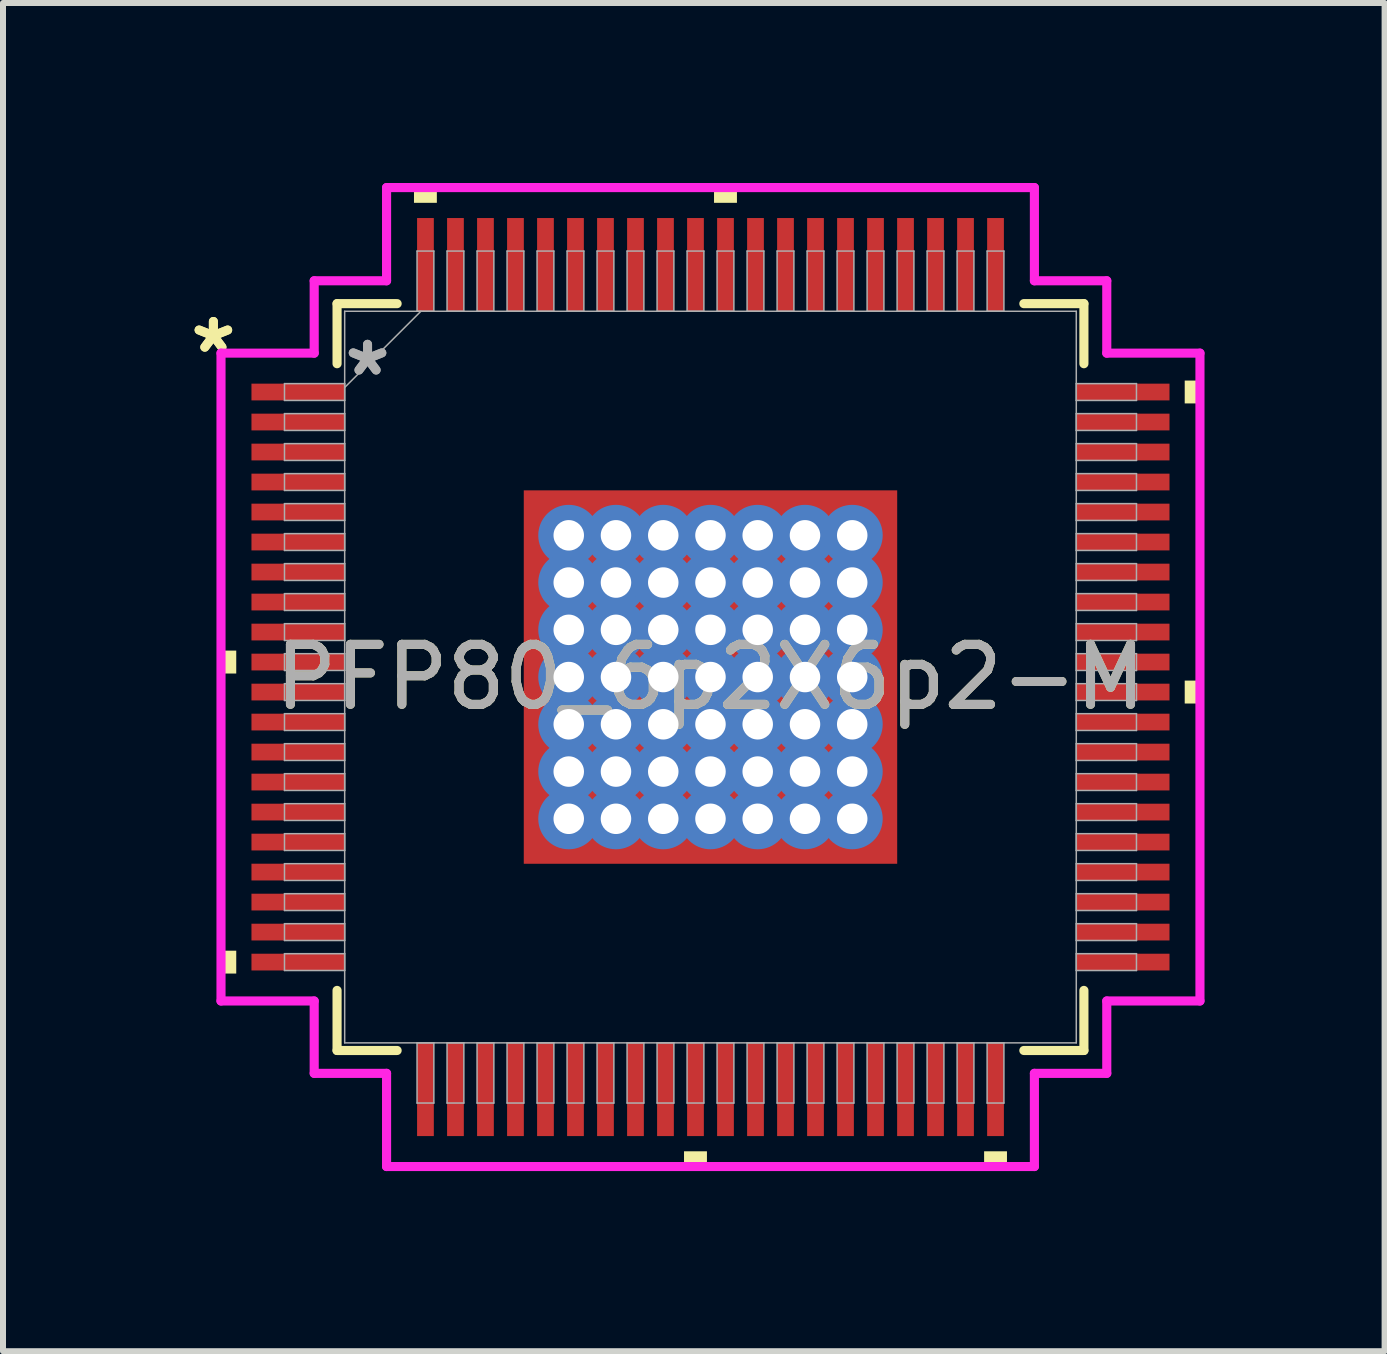
<source format=kicad_pcb>
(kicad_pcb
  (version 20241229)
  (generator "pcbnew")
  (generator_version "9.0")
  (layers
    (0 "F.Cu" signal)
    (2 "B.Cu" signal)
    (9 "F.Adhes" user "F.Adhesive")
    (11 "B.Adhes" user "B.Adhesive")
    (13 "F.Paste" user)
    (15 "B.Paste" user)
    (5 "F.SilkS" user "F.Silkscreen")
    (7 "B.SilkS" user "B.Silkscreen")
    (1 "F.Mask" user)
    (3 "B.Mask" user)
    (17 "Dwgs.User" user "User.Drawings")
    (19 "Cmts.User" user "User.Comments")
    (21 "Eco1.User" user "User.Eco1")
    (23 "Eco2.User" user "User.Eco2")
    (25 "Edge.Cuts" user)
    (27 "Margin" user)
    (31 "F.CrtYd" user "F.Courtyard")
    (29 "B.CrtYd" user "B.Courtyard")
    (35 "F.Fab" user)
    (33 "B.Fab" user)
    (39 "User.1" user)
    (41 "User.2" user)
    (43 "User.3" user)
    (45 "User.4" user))
  (footprint "PFP80_6p2X6p2-M"
    (layer "F.Cu")
    (at 8.79 8.233)
    (property "Reference" "PFP80_6p2X6p2-M" (at 0 0 0) (unlocked yes) (layer "F.SilkS") (effects (font (size 1 1) (thickness 0.15))))
    (attr smd)
    (fp_poly (pts (xy -3.175 -3.175) (xy -2.562 -3.175) (xy -2.562 3.175) (xy -3.175 3.175)) (stroke (width 0) (type solid)) (fill yes) (layer "F.Mask"))
    (fp_poly (pts (xy -3.175 -3.175) (xy 3.175 -3.175) (xy 3.175 -2.562) (xy -3.175 -2.562)) (stroke (width 0) (type solid)) (fill yes) (layer "F.Mask"))
    (fp_poly (pts (xy -3.175 -2.162) (xy 3.175 -2.162) (xy 3.175 -1.775) (xy -3.175 -1.775)) (stroke (width 0) (type solid)) (fill yes) (layer "F.Mask"))
    (fp_poly (pts (xy -3.175 -1.375) (xy 3.175 -1.375) (xy 3.175 -0.987) (xy -3.175 -0.987)) (stroke (width 0) (type solid)) (fill yes) (layer "F.Mask"))
    (fp_poly (pts (xy -3.175 -0.587) (xy 3.175 -0.587) (xy 3.175 -0.2) (xy -3.175 -0.2)) (stroke (width 0) (type solid)) (fill yes) (layer "F.Mask"))
    (fp_poly (pts (xy -3.175 0.2) (xy 3.175 0.2) (xy 3.175 0.587) (xy -3.175 0.587)) (stroke (width 0) (type solid)) (fill yes) (layer "F.Mask"))
    (fp_poly (pts (xy -3.175 0.987) (xy 3.175 0.987) (xy 3.175 1.375) (xy -3.175 1.375)) (stroke (width 0) (type solid)) (fill yes) (layer "F.Mask"))
    (fp_poly (pts (xy -3.175 1.775) (xy 3.175 1.775) (xy 3.175 2.162) (xy -3.175 2.162)) (stroke (width 0) (type solid)) (fill yes) (layer "F.Mask"))
    (fp_poly (pts (xy -3.175 2.562) (xy 3.175 2.562) (xy 3.175 3.175) (xy -3.175 3.175)) (stroke (width 0) (type solid)) (fill yes) (layer "F.Mask"))
    (fp_poly (pts (xy -1.775 -3.175) (xy -2.162 -3.175) (xy -2.162 3.175) (xy -1.775 3.175)) (stroke (width 0) (type solid)) (fill yes) (layer "F.Mask"))
    (fp_poly (pts (xy -0.987 -3.175) (xy -1.375 -3.175) (xy -1.375 3.175) (xy -0.987 3.175)) (stroke (width 0) (type solid)) (fill yes) (layer "F.Mask"))
    (fp_poly (pts (xy -0.2 -3.175) (xy -0.587 -3.175) (xy -0.587 3.175) (xy -0.2 3.175)) (stroke (width 0) (type solid)) (fill yes) (layer "F.Mask"))
    (fp_poly (pts (xy 0.587 -3.175) (xy 0.2 -3.175) (xy 0.2 3.175) (xy 0.587 3.175)) (stroke (width 0) (type solid)) (fill yes) (layer "F.Mask"))
    (fp_poly (pts (xy 1.375 -3.175) (xy 0.987 -3.175) (xy 0.987 3.175) (xy 1.375 3.175)) (stroke (width 0) (type solid)) (fill yes) (layer "F.Mask"))
    (fp_poly (pts (xy 2.162 -3.175) (xy 1.775 -3.175) (xy 1.775 3.175) (xy 2.162 3.175)) (stroke (width 0) (type solid)) (fill yes) (layer "F.Mask"))
    (fp_poly (pts (xy 2.562 -3.175) (xy 3.175 -3.175) (xy 3.175 3.175) (xy 2.562 3.175)) (stroke (width 0) (type solid)) (fill yes) (layer "F.Mask"))
    (fp_line (start -6.223 -6.223) (end -6.223 -5.222) (stroke (width 0.152) (type solid)) (layer "F.SilkS"))
    (fp_line (start -6.223 5.222) (end -6.223 6.223) (stroke (width 0.152) (type solid)) (layer "F.SilkS"))
    (fp_line (start -6.223 6.223) (end -5.222 6.223) (stroke (width 0.152) (type solid)) (layer "F.SilkS"))
    (fp_line (start -5.222 -6.223) (end -6.223 -6.223) (stroke (width 0.152) (type solid)) (layer "F.SilkS"))
    (fp_line (start 5.222 6.223) (end 6.223 6.223) (stroke (width 0.152) (type solid)) (layer "F.SilkS"))
    (fp_line (start 6.223 -6.223) (end 5.222 -6.223) (stroke (width 0.152) (type solid)) (layer "F.SilkS"))
    (fp_line (start 6.223 -5.222) (end 6.223 -6.223) (stroke (width 0.152) (type solid)) (layer "F.SilkS"))
    (fp_line (start 6.223 6.223) (end 6.223 5.222) (stroke (width 0.152) (type solid)) (layer "F.SilkS"))
    (fp_poly (pts (xy -8.157 -0.441) (xy -8.157 -0.059) (xy -7.903 -0.059) (xy -7.903 -0.441)) (stroke (width 0) (type solid)) (fill yes) (layer "F.SilkS"))
    (fp_poly (pts (xy -8.157 4.56) (xy -8.157 4.941) (xy -7.903 4.941) (xy -7.903 4.56)) (stroke (width 0) (type solid)) (fill yes) (layer "F.SilkS"))
    (fp_poly (pts (xy -4.941 -7.903) (xy -4.941 -8.157) (xy -4.56 -8.157) (xy -4.56 -7.903)) (stroke (width 0) (type solid)) (fill yes) (layer "F.SilkS"))
    (fp_poly (pts (xy -0.441 7.903) (xy -0.441 8.157) (xy -0.059 8.157) (xy -0.059 7.903)) (stroke (width 0) (type solid)) (fill yes) (layer "F.SilkS"))
    (fp_poly (pts (xy 0.059 -7.903) (xy 0.059 -8.157) (xy 0.441 -8.157) (xy 0.441 -7.903)) (stroke (width 0) (type solid)) (fill yes) (layer "F.SilkS"))
    (fp_poly (pts (xy 4.56 7.903) (xy 4.56 8.157) (xy 4.941 8.157) (xy 4.941 7.903)) (stroke (width 0) (type solid)) (fill yes) (layer "F.SilkS"))
    (fp_poly (pts (xy 8.157 -4.941) (xy 8.157 -4.56) (xy 7.903 -4.56) (xy 7.903 -4.941)) (stroke (width 0) (type solid)) (fill yes) (layer "F.SilkS"))
    (fp_poly (pts (xy 8.157 0.059) (xy 8.157 0.441) (xy 7.903 0.441) (xy 7.903 0.059)) (stroke (width 0) (type solid)) (fill yes) (layer "F.SilkS"))
    (fp_poly (pts (xy -3.037 -3.037) (xy -3.037 -2.462) (xy -2.604 -2.462) (xy -2.462 -2.604) (xy -2.462 -3.037)) (stroke (width 0) (type solid)) (fill yes) (layer "F.Paste"))
    (fp_poly (pts (xy -3.037 2.462) (xy -3.037 3.037) (xy -2.462 3.037) (xy -2.462 2.604) (xy -2.604 2.462)) (stroke (width 0) (type solid)) (fill yes) (layer "F.Paste"))
    (fp_poly (pts (xy 2.462 -3.037) (xy 2.462 -2.604) (xy 2.604 -2.462) (xy 3.037 -2.462) (xy 3.037 -3.037)) (stroke (width 0) (type solid)) (fill yes) (layer "F.Paste"))
    (fp_poly (pts (xy 2.604 2.462) (xy 2.462 2.604) (xy 2.462 3.037) (xy 3.037 3.037) (xy 3.037 2.462)) (stroke (width 0) (type solid)) (fill yes) (layer "F.Paste"))
    (fp_poly (pts (xy -3.037 -2.262) (xy -3.037 -1.675) (xy -2.604 -1.675) (xy -2.462 -1.816) (xy -2.462 -2.121) (xy -2.604 -2.262)) (stroke (width 0) (type solid)) (fill yes) (layer "F.Paste"))
    (fp_poly (pts (xy -3.037 -1.475) (xy -3.037 -0.887) (xy -2.604 -0.887) (xy -2.462 -1.029) (xy -2.462 -1.333) (xy -2.604 -1.475)) (stroke (width 0) (type solid)) (fill yes) (layer "F.Paste"))
    (fp_poly (pts (xy -3.037 -0.687) (xy -3.037 -0.1) (xy -2.604 -0.1) (xy -2.462 -0.241) (xy -2.462 -0.546) (xy -2.604 -0.687)) (stroke (width 0) (type solid)) (fill yes) (layer "F.Paste"))
    (fp_poly (pts (xy -3.037 0.1) (xy -3.037 0.687) (xy -2.604 0.687) (xy -2.462 0.546) (xy -2.462 0.241) (xy -2.604 0.1)) (stroke (width 0) (type solid)) (fill yes) (layer "F.Paste"))
    (fp_poly (pts (xy -3.037 0.887) (xy -3.037 1.475) (xy -2.604 1.475) (xy -2.462 1.333) (xy -2.462 1.029) (xy -2.604 0.887)) (stroke (width 0) (type solid)) (fill yes) (layer "F.Paste"))
    (fp_poly (pts (xy -3.037 1.675) (xy -3.037 2.262) (xy -2.604 2.262) (xy -2.462 2.121) (xy -2.462 1.816) (xy -2.604 1.675)) (stroke (width 0) (type solid)) (fill yes) (layer "F.Paste"))
    (fp_poly (pts (xy -2.262 -3.037) (xy -2.262 -2.604) (xy -2.121 -2.462) (xy -1.816 -2.462) (xy -1.675 -2.604) (xy -1.675 -3.037)) (stroke (width 0) (type solid)) (fill yes) (layer "F.Paste"))
    (fp_poly (pts (xy -2.121 2.462) (xy -2.262 2.604) (xy -2.262 3.037) (xy -1.675 3.037) (xy -1.675 2.604) (xy -1.816 2.462)) (stroke (width 0) (type solid)) (fill yes) (layer "F.Paste"))
    (fp_poly (pts (xy -1.475 -3.037) (xy -1.475 -2.604) (xy -1.333 -2.462) (xy -1.029 -2.462) (xy -0.887 -2.604) (xy -0.887 -3.037)) (stroke (width 0) (type solid)) (fill yes) (layer "F.Paste"))
    (fp_poly (pts (xy -1.333 2.462) (xy -1.475 2.604) (xy -1.475 3.037) (xy -0.887 3.037) (xy -0.887 2.604) (xy -1.029 2.462)) (stroke (width 0) (type solid)) (fill yes) (layer "F.Paste"))
    (fp_poly (pts (xy -0.687 -3.037) (xy -0.687 -2.604) (xy -0.546 -2.462) (xy -0.241 -2.462) (xy -0.1 -2.604) (xy -0.1 -3.037)) (stroke (width 0) (type solid)) (fill yes) (layer "F.Paste"))
    (fp_poly (pts (xy -0.546 2.462) (xy -0.687 2.604) (xy -0.687 3.037) (xy -0.1 3.037) (xy -0.1 2.604) (xy -0.241 2.462)) (stroke (width 0) (type solid)) (fill yes) (layer "F.Paste"))
    (fp_poly (pts (xy 0.1 -3.037) (xy 0.1 -2.604) (xy 0.241 -2.462) (xy 0.546 -2.462) (xy 0.687 -2.604) (xy 0.687 -3.037)) (stroke (width 0) (type solid)) (fill yes) (layer "F.Paste"))
    (fp_poly (pts (xy 0.241 2.462) (xy 0.1 2.604) (xy 0.1 3.037) (xy 0.687 3.037) (xy 0.687 2.604) (xy 0.546 2.462)) (stroke (width 0) (type solid)) (fill yes) (layer "F.Paste"))
    (fp_poly (pts (xy 0.887 -3.037) (xy 0.887 -2.604) (xy 1.029 -2.462) (xy 1.333 -2.462) (xy 1.475 -2.604) (xy 1.475 -3.037)) (stroke (width 0) (type solid)) (fill yes) (layer "F.Paste"))
    (fp_poly (pts (xy 1.029 2.462) (xy 0.887 2.604) (xy 0.887 3.037) (xy 1.475 3.037) (xy 1.475 2.604) (xy 1.333 2.462)) (stroke (width 0) (type solid)) (fill yes) (layer "F.Paste"))
    (fp_poly (pts (xy 1.675 -3.037) (xy 1.675 -2.604) (xy 1.816 -2.462) (xy 2.121 -2.462) (xy 2.262 -2.604) (xy 2.262 -3.037)) (stroke (width 0) (type solid)) (fill yes) (layer "F.Paste"))
    (fp_poly (pts (xy 1.816 2.462) (xy 1.675 2.604) (xy 1.675 3.037) (xy 2.262 3.037) (xy 2.262 2.604) (xy 2.121 2.462)) (stroke (width 0) (type solid)) (fill yes) (layer "F.Paste"))
    (fp_poly (pts (xy 2.604 -2.262) (xy 2.462 -2.121) (xy 2.462 -1.816) (xy 2.604 -1.675) (xy 3.037 -1.675) (xy 3.037 -2.262)) (stroke (width 0) (type solid)) (fill yes) (layer "F.Paste"))
    (fp_poly (pts (xy 2.604 -1.475) (xy 2.462 -1.333) (xy 2.462 -1.029) (xy 2.604 -0.887) (xy 3.037 -0.887) (xy 3.037 -1.475)) (stroke (width 0) (type solid)) (fill yes) (layer "F.Paste"))
    (fp_poly (pts (xy 2.604 -0.687) (xy 2.462 -0.546) (xy 2.462 -0.241) (xy 2.604 -0.1) (xy 3.037 -0.1) (xy 3.037 -0.687)) (stroke (width 0) (type solid)) (fill yes) (layer "F.Paste"))
    (fp_poly (pts (xy 2.604 0.1) (xy 2.462 0.241) (xy 2.462 0.546) (xy 2.604 0.687) (xy 3.037 0.687) (xy 3.037 0.1)) (stroke (width 0) (type solid)) (fill yes) (layer "F.Paste"))
    (fp_poly (pts (xy 2.604 0.887) (xy 2.462 1.029) (xy 2.462 1.333) (xy 2.604 1.475) (xy 3.037 1.475) (xy 3.037 0.887)) (stroke (width 0) (type solid)) (fill yes) (layer "F.Paste"))
    (fp_poly (pts (xy 2.604 1.675) (xy 2.462 1.816) (xy 2.462 2.121) (xy 2.604 2.262) (xy 3.037 2.262) (xy 3.037 1.675)) (stroke (width 0) (type solid)) (fill yes) (layer "F.Paste"))
    (fp_poly (pts (xy -2.121 -2.262) (xy -2.262 -2.121) (xy -2.262 -1.816) (xy -2.121 -1.675) (xy -1.816 -1.675) (xy -1.675 -1.816) (xy -1.675 -2.121) (xy -1.816 -2.262)) (stroke (width 0) (type solid)) (fill yes) (layer "F.Paste"))
    (fp_poly (pts (xy -2.121 -1.475) (xy -2.262 -1.333) (xy -2.262 -1.029) (xy -2.121 -0.887) (xy -1.816 -0.887) (xy -1.675 -1.029) (xy -1.675 -1.333) (xy -1.816 -1.475)) (stroke (width 0) (type solid)) (fill yes) (layer "F.Paste"))
    (fp_poly (pts (xy -2.121 -0.687) (xy -2.262 -0.546) (xy -2.262 -0.241) (xy -2.121 -0.1) (xy -1.816 -0.1) (xy -1.675 -0.241) (xy -1.675 -0.546) (xy -1.816 -0.687)) (stroke (width 0) (type solid)) (fill yes) (layer "F.Paste"))
    (fp_poly (pts (xy -2.121 0.1) (xy -2.262 0.241) (xy -2.262 0.546) (xy -2.121 0.687) (xy -1.816 0.687) (xy -1.675 0.546) (xy -1.675 0.241) (xy -1.816 0.1)) (stroke (width 0) (type solid)) (fill yes) (layer "F.Paste"))
    (fp_poly (pts (xy -2.121 0.887) (xy -2.262 1.029) (xy -2.262 1.333) (xy -2.121 1.475) (xy -1.816 1.475) (xy -1.675 1.333) (xy -1.675 1.029) (xy -1.816 0.887)) (stroke (width 0) (type solid)) (fill yes) (layer "F.Paste"))
    (fp_poly (pts (xy -2.121 1.675) (xy -2.262 1.816) (xy -2.262 2.121) (xy -2.121 2.262) (xy -1.816 2.262) (xy -1.675 2.121) (xy -1.675 1.816) (xy -1.816 1.675)) (stroke (width 0) (type solid)) (fill yes) (layer "F.Paste"))
    (fp_poly (pts (xy -1.333 -2.262) (xy -1.475 -2.121) (xy -1.475 -1.816) (xy -1.333 -1.675) (xy -1.029 -1.675) (xy -0.887 -1.816) (xy -0.887 -2.121) (xy -1.029 -2.262)) (stroke (width 0) (type solid)) (fill yes) (layer "F.Paste"))
    (fp_poly (pts (xy -1.333 -1.475) (xy -1.475 -1.333) (xy -1.475 -1.029) (xy -1.333 -0.887) (xy -1.029 -0.887) (xy -0.887 -1.029) (xy -0.887 -1.333) (xy -1.029 -1.475)) (stroke (width 0) (type solid)) (fill yes) (layer "F.Paste"))
    (fp_poly (pts (xy -1.333 -0.687) (xy -1.475 -0.546) (xy -1.475 -0.241) (xy -1.333 -0.1) (xy -1.029 -0.1) (xy -0.887 -0.241) (xy -0.887 -0.546) (xy -1.029 -0.687)) (stroke (width 0) (type solid)) (fill yes) (layer "F.Paste"))
    (fp_poly (pts (xy -1.333 0.1) (xy -1.475 0.241) (xy -1.475 0.546) (xy -1.333 0.687) (xy -1.029 0.687) (xy -0.887 0.546) (xy -0.887 0.241) (xy -1.029 0.1)) (stroke (width 0) (type solid)) (fill yes) (layer "F.Paste"))
    (fp_poly (pts (xy -1.333 0.887) (xy -1.475 1.029) (xy -1.475 1.333) (xy -1.333 1.475) (xy -1.029 1.475) (xy -0.887 1.333) (xy -0.887 1.029) (xy -1.029 0.887)) (stroke (width 0) (type solid)) (fill yes) (layer "F.Paste"))
    (fp_poly (pts (xy -1.333 1.675) (xy -1.475 1.816) (xy -1.475 2.121) (xy -1.333 2.262) (xy -1.029 2.262) (xy -0.887 2.121) (xy -0.887 1.816) (xy -1.029 1.675)) (stroke (width 0) (type solid)) (fill yes) (layer "F.Paste"))
    (fp_poly (pts (xy -0.546 -2.262) (xy -0.687 -2.121) (xy -0.687 -1.816) (xy -0.546 -1.675) (xy -0.241 -1.675) (xy -0.1 -1.816) (xy -0.1 -2.121) (xy -0.241 -2.262)) (stroke (width 0) (type solid)) (fill yes) (layer "F.Paste"))
    (fp_poly (pts (xy -0.546 -1.475) (xy -0.687 -1.333) (xy -0.687 -1.029) (xy -0.546 -0.887) (xy -0.241 -0.887) (xy -0.1 -1.029) (xy -0.1 -1.333) (xy -0.241 -1.475)) (stroke (width 0) (type solid)) (fill yes) (layer "F.Paste"))
    (fp_poly (pts (xy -0.546 -0.687) (xy -0.687 -0.546) (xy -0.687 -0.241) (xy -0.546 -0.1) (xy -0.241 -0.1) (xy -0.1 -0.241) (xy -0.1 -0.546) (xy -0.241 -0.687)) (stroke (width 0) (type solid)) (fill yes) (layer "F.Paste"))
    (fp_poly (pts (xy -0.546 0.1) (xy -0.687 0.241) (xy -0.687 0.546) (xy -0.546 0.687) (xy -0.241 0.687) (xy -0.1 0.546) (xy -0.1 0.241) (xy -0.241 0.1)) (stroke (width 0) (type solid)) (fill yes) (layer "F.Paste"))
    (fp_poly (pts (xy -0.546 0.887) (xy -0.687 1.029) (xy -0.687 1.333) (xy -0.546 1.475) (xy -0.241 1.475) (xy -0.1 1.333) (xy -0.1 1.029) (xy -0.241 0.887)) (stroke (width 0) (type solid)) (fill yes) (layer "F.Paste"))
    (fp_poly (pts (xy -0.546 1.675) (xy -0.687 1.816) (xy -0.687 2.121) (xy -0.546 2.262) (xy -0.241 2.262) (xy -0.1 2.121) (xy -0.1 1.816) (xy -0.241 1.675)) (stroke (width 0) (type solid)) (fill yes) (layer "F.Paste"))
    (fp_poly (pts (xy 0.241 -2.262) (xy 0.1 -2.121) (xy 0.1 -1.816) (xy 0.241 -1.675) (xy 0.546 -1.675) (xy 0.687 -1.816) (xy 0.687 -2.121) (xy 0.546 -2.262)) (stroke (width 0) (type solid)) (fill yes) (layer "F.Paste"))
    (fp_poly (pts (xy 0.241 -1.475) (xy 0.1 -1.333) (xy 0.1 -1.029) (xy 0.241 -0.887) (xy 0.546 -0.887) (xy 0.687 -1.029) (xy 0.687 -1.333) (xy 0.546 -1.475)) (stroke (width 0) (type solid)) (fill yes) (layer "F.Paste"))
    (fp_poly (pts (xy 0.241 -0.687) (xy 0.1 -0.546) (xy 0.1 -0.241) (xy 0.241 -0.1) (xy 0.546 -0.1) (xy 0.687 -0.241) (xy 0.687 -0.546) (xy 0.546 -0.687)) (stroke (width 0) (type solid)) (fill yes) (layer "F.Paste"))
    (fp_poly (pts (xy 0.241 0.1) (xy 0.1 0.241) (xy 0.1 0.546) (xy 0.241 0.687) (xy 0.546 0.687) (xy 0.687 0.546) (xy 0.687 0.241) (xy 0.546 0.1)) (stroke (width 0) (type solid)) (fill yes) (layer "F.Paste"))
    (fp_poly (pts (xy 0.241 0.887) (xy 0.1 1.029) (xy 0.1 1.333) (xy 0.241 1.475) (xy 0.546 1.475) (xy 0.687 1.333) (xy 0.687 1.029) (xy 0.546 0.887)) (stroke (width 0) (type solid)) (fill yes) (layer "F.Paste"))
    (fp_poly (pts (xy 0.241 1.675) (xy 0.1 1.816) (xy 0.1 2.121) (xy 0.241 2.262) (xy 0.546 2.262) (xy 0.687 2.121) (xy 0.687 1.816) (xy 0.546 1.675)) (stroke (width 0) (type solid)) (fill yes) (layer "F.Paste"))
    (fp_poly (pts (xy 1.029 -2.262) (xy 0.887 -2.121) (xy 0.887 -1.816) (xy 1.029 -1.675) (xy 1.333 -1.675) (xy 1.475 -1.816) (xy 1.475 -2.121) (xy 1.333 -2.262)) (stroke (width 0) (type solid)) (fill yes) (layer "F.Paste"))
    (fp_poly (pts (xy 1.029 -1.475) (xy 0.887 -1.333) (xy 0.887 -1.029) (xy 1.029 -0.887) (xy 1.333 -0.887) (xy 1.475 -1.029) (xy 1.475 -1.333) (xy 1.333 -1.475)) (stroke (width 0) (type solid)) (fill yes) (layer "F.Paste"))
    (fp_poly (pts (xy 1.029 -0.687) (xy 0.887 -0.546) (xy 0.887 -0.241) (xy 1.029 -0.1) (xy 1.333 -0.1) (xy 1.475 -0.241) (xy 1.475 -0.546) (xy 1.333 -0.687)) (stroke (width 0) (type solid)) (fill yes) (layer "F.Paste"))
    (fp_poly (pts (xy 1.029 0.1) (xy 0.887 0.241) (xy 0.887 0.546) (xy 1.029 0.687) (xy 1.333 0.687) (xy 1.475 0.546) (xy 1.475 0.241) (xy 1.333 0.1)) (stroke (width 0) (type solid)) (fill yes) (layer "F.Paste"))
    (fp_poly (pts (xy 1.029 0.887) (xy 0.887 1.029) (xy 0.887 1.333) (xy 1.029 1.475) (xy 1.333 1.475) (xy 1.475 1.333) (xy 1.475 1.029) (xy 1.333 0.887)) (stroke (width 0) (type solid)) (fill yes) (layer "F.Paste"))
    (fp_poly (pts (xy 1.029 1.675) (xy 0.887 1.816) (xy 0.887 2.121) (xy 1.029 2.262) (xy 1.333 2.262) (xy 1.475 2.121) (xy 1.475 1.816) (xy 1.333 1.675)) (stroke (width 0) (type solid)) (fill yes) (layer "F.Paste"))
    (fp_poly (pts (xy 1.816 -2.262) (xy 1.675 -2.121) (xy 1.675 -1.816) (xy 1.816 -1.675) (xy 2.121 -1.675) (xy 2.262 -1.816) (xy 2.262 -2.121) (xy 2.121 -2.262)) (stroke (width 0) (type solid)) (fill yes) (layer "F.Paste"))
    (fp_poly (pts (xy 1.816 -1.475) (xy 1.675 -1.333) (xy 1.675 -1.029) (xy 1.816 -0.887) (xy 2.121 -0.887) (xy 2.262 -1.029) (xy 2.262 -1.333) (xy 2.121 -1.475)) (stroke (width 0) (type solid)) (fill yes) (layer "F.Paste"))
    (fp_poly (pts (xy 1.816 -0.687) (xy 1.675 -0.546) (xy 1.675 -0.241) (xy 1.816 -0.1) (xy 2.121 -0.1) (xy 2.262 -0.241) (xy 2.262 -0.546) (xy 2.121 -0.687)) (stroke (width 0) (type solid)) (fill yes) (layer "F.Paste"))
    (fp_poly (pts (xy 1.816 0.1) (xy 1.675 0.241) (xy 1.675 0.546) (xy 1.816 0.687) (xy 2.121 0.687) (xy 2.262 0.546) (xy 2.262 0.241) (xy 2.121 0.1)) (stroke (width 0) (type solid)) (fill yes) (layer "F.Paste"))
    (fp_poly (pts (xy 1.816 0.887) (xy 1.675 1.029) (xy 1.675 1.333) (xy 1.816 1.475) (xy 2.121 1.475) (xy 2.262 1.333) (xy 2.262 1.029) (xy 2.121 0.887)) (stroke (width 0) (type solid)) (fill yes) (layer "F.Paste"))
    (fp_poly (pts (xy 1.816 1.675) (xy 1.675 1.816) (xy 1.675 2.121) (xy 1.816 2.262) (xy 2.121 2.262) (xy 2.262 2.121) (xy 2.262 1.816) (xy 2.121 1.675)) (stroke (width 0) (type solid)) (fill yes) (layer "F.Paste"))
    (fp_line (start -8.157 -5.398) (end -6.604 -5.398) (stroke (width 0.152) (type solid)) (layer "F.CrtYd"))
    (fp_line (start -8.157 5.398) (end -8.157 -5.398) (stroke (width 0.152) (type solid)) (layer "F.CrtYd"))
    (fp_line (start -6.604 -6.604) (end -5.398 -6.604) (stroke (width 0.152) (type solid)) (layer "F.CrtYd"))
    (fp_line (start -6.604 -5.398) (end -6.604 -6.604) (stroke (width 0.152) (type solid)) (layer "F.CrtYd"))
    (fp_line (start -6.604 5.398) (end -8.157 5.398) (stroke (width 0.152) (type solid)) (layer "F.CrtYd"))
    (fp_line (start -6.604 6.604) (end -6.604 5.398) (stroke (width 0.152) (type solid)) (layer "F.CrtYd"))
    (fp_line (start -6.604 6.604) (end -5.398 6.604) (stroke (width 0.152) (type solid)) (layer "F.CrtYd"))
    (fp_line (start -5.398 -8.157) (end 5.398 -8.157) (stroke (width 0.152) (type solid)) (layer "F.CrtYd"))
    (fp_line (start -5.398 -6.604) (end -5.398 -8.157) (stroke (width 0.152) (type solid)) (layer "F.CrtYd"))
    (fp_line (start -5.398 6.604) (end -5.398 8.157) (stroke (width 0.152) (type solid)) (layer "F.CrtYd"))
    (fp_line (start -5.398 8.157) (end 5.398 8.157) (stroke (width 0.152) (type solid)) (layer "F.CrtYd"))
    (fp_line (start 5.398 -8.157) (end 5.398 -6.604) (stroke (width 0.152) (type solid)) (layer "F.CrtYd"))
    (fp_line (start 5.398 -6.604) (end 6.604 -6.604) (stroke (width 0.152) (type solid)) (layer "F.CrtYd"))
    (fp_line (start 5.398 6.604) (end 6.604 6.604) (stroke (width 0.152) (type solid)) (layer "F.CrtYd"))
    (fp_line (start 5.398 8.157) (end 5.398 6.604) (stroke (width 0.152) (type solid)) (layer "F.CrtYd"))
    (fp_line (start 6.604 -5.398) (end 6.604 -6.604) (stroke (width 0.152) (type solid)) (layer "F.CrtYd"))
    (fp_line (start 6.604 5.398) (end 8.157 5.398) (stroke (width 0.152) (type solid)) (layer "F.CrtYd"))
    (fp_line (start 6.604 6.604) (end 6.604 5.398) (stroke (width 0.152) (type solid)) (layer "F.CrtYd"))
    (fp_line (start 8.157 -5.398) (end 6.604 -5.398) (stroke (width 0.152) (type solid)) (layer "F.CrtYd"))
    (fp_line (start 8.157 5.398) (end 8.157 -5.398) (stroke (width 0.152) (type solid)) (layer "F.CrtYd"))
    (fp_line (start -7.099 -4.89) (end -7.099 -4.61) (stroke (width 0.025) (type solid)) (layer "F.Fab"))
    (fp_line (start -7.099 -4.61) (end -6.096 -4.61) (stroke (width 0.025) (type solid)) (layer "F.Fab"))
    (fp_line (start -7.099 -4.39) (end -7.099 -4.11) (stroke (width 0.025) (type solid)) (layer "F.Fab"))
    (fp_line (start -7.099 -4.11) (end -6.096 -4.11) (stroke (width 0.025) (type solid)) (layer "F.Fab"))
    (fp_line (start -7.099 -3.89) (end -7.099 -3.61) (stroke (width 0.025) (type solid)) (layer "F.Fab"))
    (fp_line (start -7.099 -3.61) (end -6.096 -3.61) (stroke (width 0.025) (type solid)) (layer "F.Fab"))
    (fp_line (start -7.099 -3.39) (end -7.099 -3.11) (stroke (width 0.025) (type solid)) (layer "F.Fab"))
    (fp_line (start -7.099 -3.11) (end -6.096 -3.11) (stroke (width 0.025) (type solid)) (layer "F.Fab"))
    (fp_line (start -7.099 -2.89) (end -7.099 -2.61) (stroke (width 0.025) (type solid)) (layer "F.Fab"))
    (fp_line (start -7.099 -2.61) (end -6.096 -2.61) (stroke (width 0.025) (type solid)) (layer "F.Fab"))
    (fp_line (start -7.099 -2.39) (end -7.099 -2.11) (stroke (width 0.025) (type solid)) (layer "F.Fab"))
    (fp_line (start -7.099 -2.11) (end -6.096 -2.11) (stroke (width 0.025) (type solid)) (layer "F.Fab"))
    (fp_line (start -7.099 -1.89) (end -7.099 -1.61) (stroke (width 0.025) (type solid)) (layer "F.Fab"))
    (fp_line (start -7.099 -1.61) (end -6.096 -1.61) (stroke (width 0.025) (type solid)) (layer "F.Fab"))
    (fp_line (start -7.099 -1.39) (end -7.099 -1.11) (stroke (width 0.025) (type solid)) (layer "F.Fab"))
    (fp_line (start -7.099 -1.11) (end -6.096 -1.11) (stroke (width 0.025) (type solid)) (layer "F.Fab"))
    (fp_line (start -7.099 -0.89) (end -7.099 -0.61) (stroke (width 0.025) (type solid)) (layer "F.Fab"))
    (fp_line (start -7.099 -0.61) (end -6.096 -0.61) (stroke (width 0.025) (type solid)) (layer "F.Fab"))
    (fp_line (start -7.099 -0.39) (end -7.099 -0.11) (stroke (width 0.025) (type solid)) (layer "F.Fab"))
    (fp_line (start -7.099 -0.11) (end -6.096 -0.11) (stroke (width 0.025) (type solid)) (layer "F.Fab"))
    (fp_line (start -7.099 0.11) (end -7.099 0.39) (stroke (width 0.025) (type solid)) (layer "F.Fab"))
    (fp_line (start -7.099 0.39) (end -6.096 0.39) (stroke (width 0.025) (type solid)) (layer "F.Fab"))
    (fp_line (start -7.099 0.61) (end -7.099 0.89) (stroke (width 0.025) (type solid)) (layer "F.Fab"))
    (fp_line (start -7.099 0.89) (end -6.096 0.89) (stroke (width 0.025) (type solid)) (layer "F.Fab"))
    (fp_line (start -7.099 1.11) (end -7.099 1.39) (stroke (width 0.025) (type solid)) (layer "F.Fab"))
    (fp_line (start -7.099 1.39) (end -6.096 1.39) (stroke (width 0.025) (type solid)) (layer "F.Fab"))
    (fp_line (start -7.099 1.61) (end -7.099 1.89) (stroke (width 0.025) (type solid)) (layer "F.Fab"))
    (fp_line (start -7.099 1.89) (end -6.096 1.89) (stroke (width 0.025) (type solid)) (layer "F.Fab"))
    (fp_line (start -7.099 2.11) (end -7.099 2.39) (stroke (width 0.025) (type solid)) (layer "F.Fab"))
    (fp_line (start -7.099 2.39) (end -6.096 2.39) (stroke (width 0.025) (type solid)) (layer "F.Fab"))
    (fp_line (start -7.099 2.61) (end -7.099 2.89) (stroke (width 0.025) (type solid)) (layer "F.Fab"))
    (fp_line (start -7.099 2.89) (end -6.096 2.89) (stroke (width 0.025) (type solid)) (layer "F.Fab"))
    (fp_line (start -7.099 3.11) (end -7.099 3.39) (stroke (width 0.025) (type solid)) (layer "F.Fab"))
    (fp_line (start -7.099 3.39) (end -6.096 3.39) (stroke (width 0.025) (type solid)) (layer "F.Fab"))
    (fp_line (start -7.099 3.61) (end -7.099 3.89) (stroke (width 0.025) (type solid)) (layer "F.Fab"))
    (fp_line (start -7.099 3.89) (end -6.096 3.89) (stroke (width 0.025) (type solid)) (layer "F.Fab"))
    (fp_line (start -7.099 4.11) (end -7.099 4.39) (stroke (width 0.025) (type solid)) (layer "F.Fab"))
    (fp_line (start -7.099 4.39) (end -6.096 4.39) (stroke (width 0.025) (type solid)) (layer "F.Fab"))
    (fp_line (start -7.099 4.61) (end -7.099 4.89) (stroke (width 0.025) (type solid)) (layer "F.Fab"))
    (fp_line (start -7.099 4.89) (end -6.096 4.89) (stroke (width 0.025) (type solid)) (layer "F.Fab"))
    (fp_line (start -6.096 -6.096) (end -6.096 6.096) (stroke (width 0.025) (type solid)) (layer "F.Fab"))
    (fp_line (start -6.096 -4.89) (end -7.099 -4.89) (stroke (width 0.025) (type solid)) (layer "F.Fab"))
    (fp_line (start -6.096 -4.826) (end -4.826 -6.096) (stroke (width 0.025) (type solid)) (layer "F.Fab"))
    (fp_line (start -6.096 -4.61) (end -6.096 -4.89) (stroke (width 0.025) (type solid)) (layer "F.Fab"))
    (fp_line (start -6.096 -4.39) (end -7.099 -4.39) (stroke (width 0.025) (type solid)) (layer "F.Fab"))
    (fp_line (start -6.096 -4.11) (end -6.096 -4.39) (stroke (width 0.025) (type solid)) (layer "F.Fab"))
    (fp_line (start -6.096 -3.89) (end -7.099 -3.89) (stroke (width 0.025) (type solid)) (layer "F.Fab"))
    (fp_line (start -6.096 -3.61) (end -6.096 -3.89) (stroke (width 0.025) (type solid)) (layer "F.Fab"))
    (fp_line (start -6.096 -3.39) (end -7.099 -3.39) (stroke (width 0.025) (type solid)) (layer "F.Fab"))
    (fp_line (start -6.096 -3.11) (end -6.096 -3.39) (stroke (width 0.025) (type solid)) (layer "F.Fab"))
    (fp_line (start -6.096 -2.89) (end -7.099 -2.89) (stroke (width 0.025) (type solid)) (layer "F.Fab"))
    (fp_line (start -6.096 -2.61) (end -6.096 -2.89) (stroke (width 0.025) (type solid)) (layer "F.Fab"))
    (fp_line (start -6.096 -2.39) (end -7.099 -2.39) (stroke (width 0.025) (type solid)) (layer "F.Fab"))
    (fp_line (start -6.096 -2.11) (end -6.096 -2.39) (stroke (width 0.025) (type solid)) (layer "F.Fab"))
    (fp_line (start -6.096 -1.89) (end -7.099 -1.89) (stroke (width 0.025) (type solid)) (layer "F.Fab"))
    (fp_line (start -6.096 -1.61) (end -6.096 -1.89) (stroke (width 0.025) (type solid)) (layer "F.Fab"))
    (fp_line (start -6.096 -1.39) (end -7.099 -1.39) (stroke (width 0.025) (type solid)) (layer "F.Fab"))
    (fp_line (start -6.096 -1.11) (end -6.096 -1.39) (stroke (width 0.025) (type solid)) (layer "F.Fab"))
    (fp_line (start -6.096 -0.89) (end -7.099 -0.89) (stroke (width 0.025) (type solid)) (layer "F.Fab"))
    (fp_line (start -6.096 -0.61) (end -6.096 -0.89) (stroke (width 0.025) (type solid)) (layer "F.Fab"))
    (fp_line (start -6.096 -0.39) (end -7.099 -0.39) (stroke (width 0.025) (type solid)) (layer "F.Fab"))
    (fp_line (start -6.096 -0.11) (end -6.096 -0.39) (stroke (width 0.025) (type solid)) (layer "F.Fab"))
    (fp_line (start -6.096 0.11) (end -7.099 0.11) (stroke (width 0.025) (type solid)) (layer "F.Fab"))
    (fp_line (start -6.096 0.39) (end -6.096 0.11) (stroke (width 0.025) (type solid)) (layer "F.Fab"))
    (fp_line (start -6.096 0.61) (end -7.099 0.61) (stroke (width 0.025) (type solid)) (layer "F.Fab"))
    (fp_line (start -6.096 0.89) (end -6.096 0.61) (stroke (width 0.025) (type solid)) (layer "F.Fab"))
    (fp_line (start -6.096 1.11) (end -7.099 1.11) (stroke (width 0.025) (type solid)) (layer "F.Fab"))
    (fp_line (start -6.096 1.39) (end -6.096 1.11) (stroke (width 0.025) (type solid)) (layer "F.Fab"))
    (fp_line (start -6.096 1.61) (end -7.099 1.61) (stroke (width 0.025) (type solid)) (layer "F.Fab"))
    (fp_line (start -6.096 1.89) (end -6.096 1.61) (stroke (width 0.025) (type solid)) (layer "F.Fab"))
    (fp_line (start -6.096 2.11) (end -7.099 2.11) (stroke (width 0.025) (type solid)) (layer "F.Fab"))
    (fp_line (start -6.096 2.39) (end -6.096 2.11) (stroke (width 0.025) (type solid)) (layer "F.Fab"))
    (fp_line (start -6.096 2.61) (end -7.099 2.61) (stroke (width 0.025) (type solid)) (layer "F.Fab"))
    (fp_line (start -6.096 2.89) (end -6.096 2.61) (stroke (width 0.025) (type solid)) (layer "F.Fab"))
    (fp_line (start -6.096 3.11) (end -7.099 3.11) (stroke (width 0.025) (type solid)) (layer "F.Fab"))
    (fp_line (start -6.096 3.39) (end -6.096 3.11) (stroke (width 0.025) (type solid)) (layer "F.Fab"))
    (fp_line (start -6.096 3.61) (end -7.099 3.61) (stroke (width 0.025) (type solid)) (layer "F.Fab"))
    (fp_line (start -6.096 3.89) (end -6.096 3.61) (stroke (width 0.025) (type solid)) (layer "F.Fab"))
    (fp_line (start -6.096 4.11) (end -7.099 4.11) (stroke (width 0.025) (type solid)) (layer "F.Fab"))
    (fp_line (start -6.096 4.39) (end -6.096 4.11) (stroke (width 0.025) (type solid)) (layer "F.Fab"))
    (fp_line (start -6.096 4.61) (end -7.099 4.61) (stroke (width 0.025) (type solid)) (layer "F.Fab"))
    (fp_line (start -6.096 4.89) (end -6.096 4.61) (stroke (width 0.025) (type solid)) (layer "F.Fab"))
    (fp_line (start -6.096 6.096) (end 6.096 6.096) (stroke (width 0.025) (type solid)) (layer "F.Fab"))
    (fp_line (start -4.89 -7.099) (end -4.89 -6.096) (stroke (width 0.025) (type solid)) (layer "F.Fab"))
    (fp_line (start -4.89 -6.096) (end -4.61 -6.096) (stroke (width 0.025) (type solid)) (layer "F.Fab"))
    (fp_line (start -4.89 6.096) (end -4.89 7.099) (stroke (width 0.025) (type solid)) (layer "F.Fab"))
    (fp_line (start -4.89 7.099) (end -4.61 7.099) (stroke (width 0.025) (type solid)) (layer "F.Fab"))
    (fp_line (start -4.61 -7.099) (end -4.89 -7.099) (stroke (width 0.025) (type solid)) (layer "F.Fab"))
    (fp_line (start -4.61 -6.096) (end -4.61 -7.099) (stroke (width 0.025) (type solid)) (layer "F.Fab"))
    (fp_line (start -4.61 6.096) (end -4.89 6.096) (stroke (width 0.025) (type solid)) (layer "F.Fab"))
    (fp_line (start -4.61 7.099) (end -4.61 6.096) (stroke (width 0.025) (type solid)) (layer "F.Fab"))
    (fp_line (start -4.39 -7.099) (end -4.39 -6.096) (stroke (width 0.025) (type solid)) (layer "F.Fab"))
    (fp_line (start -4.39 -6.096) (end -4.11 -6.096) (stroke (width 0.025) (type solid)) (layer "F.Fab"))
    (fp_line (start -4.39 6.096) (end -4.39 7.099) (stroke (width 0.025) (type solid)) (layer "F.Fab"))
    (fp_line (start -4.39 7.099) (end -4.11 7.099) (stroke (width 0.025) (type solid)) (layer "F.Fab"))
    (fp_line (start -4.11 -7.099) (end -4.39 -7.099) (stroke (width 0.025) (type solid)) (layer "F.Fab"))
    (fp_line (start -4.11 -6.096) (end -4.11 -7.099) (stroke (width 0.025) (type solid)) (layer "F.Fab"))
    (fp_line (start -4.11 6.096) (end -4.39 6.096) (stroke (width 0.025) (type solid)) (layer "F.Fab"))
    (fp_line (start -4.11 7.099) (end -4.11 6.096) (stroke (width 0.025) (type solid)) (layer "F.Fab"))
    (fp_line (start -3.89 -7.099) (end -3.89 -6.096) (stroke (width 0.025) (type solid)) (layer "F.Fab"))
    (fp_line (start -3.89 -6.096) (end -3.61 -6.096) (stroke (width 0.025) (type solid)) (layer "F.Fab"))
    (fp_line (start -3.89 6.096) (end -3.89 7.099) (stroke (width 0.025) (type solid)) (layer "F.Fab"))
    (fp_line (start -3.89 7.099) (end -3.61 7.099) (stroke (width 0.025) (type solid)) (layer "F.Fab"))
    (fp_line (start -3.61 -7.099) (end -3.89 -7.099) (stroke (width 0.025) (type solid)) (layer "F.Fab"))
    (fp_line (start -3.61 -6.096) (end -3.61 -7.099) (stroke (width 0.025) (type solid)) (layer "F.Fab"))
    (fp_line (start -3.61 6.096) (end -3.89 6.096) (stroke (width 0.025) (type solid)) (layer "F.Fab"))
    (fp_line (start -3.61 7.099) (end -3.61 6.096) (stroke (width 0.025) (type solid)) (layer "F.Fab"))
    (fp_line (start -3.39 -7.099) (end -3.39 -6.096) (stroke (width 0.025) (type solid)) (layer "F.Fab"))
    (fp_line (start -3.39 -6.096) (end -3.11 -6.096) (stroke (width 0.025) (type solid)) (layer "F.Fab"))
    (fp_line (start -3.39 6.096) (end -3.39 7.099) (stroke (width 0.025) (type solid)) (layer "F.Fab"))
    (fp_line (start -3.39 7.099) (end -3.11 7.099) (stroke (width 0.025) (type solid)) (layer "F.Fab"))
    (fp_line (start -3.11 -7.099) (end -3.39 -7.099) (stroke (width 0.025) (type solid)) (layer "F.Fab"))
    (fp_line (start -3.11 -6.096) (end -3.11 -7.099) (stroke (width 0.025) (type solid)) (layer "F.Fab"))
    (fp_line (start -3.11 6.096) (end -3.39 6.096) (stroke (width 0.025) (type solid)) (layer "F.Fab"))
    (fp_line (start -3.11 7.099) (end -3.11 6.096) (stroke (width 0.025) (type solid)) (layer "F.Fab"))
    (fp_line (start -2.89 -7.099) (end -2.89 -6.096) (stroke (width 0.025) (type solid)) (layer "F.Fab"))
    (fp_line (start -2.89 -6.096) (end -2.61 -6.096) (stroke (width 0.025) (type solid)) (layer "F.Fab"))
    (fp_line (start -2.89 6.096) (end -2.89 7.099) (stroke (width 0.025) (type solid)) (layer "F.Fab"))
    (fp_line (start -2.89 7.099) (end -2.61 7.099) (stroke (width 0.025) (type solid)) (layer "F.Fab"))
    (fp_line (start -2.61 -7.099) (end -2.89 -7.099) (stroke (width 0.025) (type solid)) (layer "F.Fab"))
    (fp_line (start -2.61 -6.096) (end -2.61 -7.099) (stroke (width 0.025) (type solid)) (layer "F.Fab"))
    (fp_line (start -2.61 6.096) (end -2.89 6.096) (stroke (width 0.025) (type solid)) (layer "F.Fab"))
    (fp_line (start -2.61 7.099) (end -2.61 6.096) (stroke (width 0.025) (type solid)) (layer "F.Fab"))
    (fp_line (start -2.39 -7.099) (end -2.39 -6.096) (stroke (width 0.025) (type solid)) (layer "F.Fab"))
    (fp_line (start -2.39 -6.096) (end -2.11 -6.096) (stroke (width 0.025) (type solid)) (layer "F.Fab"))
    (fp_line (start -2.39 6.096) (end -2.39 7.099) (stroke (width 0.025) (type solid)) (layer "F.Fab"))
    (fp_line (start -2.39 7.099) (end -2.11 7.099) (stroke (width 0.025) (type solid)) (layer "F.Fab"))
    (fp_line (start -2.11 -7.099) (end -2.39 -7.099) (stroke (width 0.025) (type solid)) (layer "F.Fab"))
    (fp_line (start -2.11 -6.096) (end -2.11 -7.099) (stroke (width 0.025) (type solid)) (layer "F.Fab"))
    (fp_line (start -2.11 6.096) (end -2.39 6.096) (stroke (width 0.025) (type solid)) (layer "F.Fab"))
    (fp_line (start -2.11 7.099) (end -2.11 6.096) (stroke (width 0.025) (type solid)) (layer "F.Fab"))
    (fp_line (start -1.89 -7.099) (end -1.89 -6.096) (stroke (width 0.025) (type solid)) (layer "F.Fab"))
    (fp_line (start -1.89 -6.096) (end -1.61 -6.096) (stroke (width 0.025) (type solid)) (layer "F.Fab"))
    (fp_line (start -1.89 6.096) (end -1.89 7.099) (stroke (width 0.025) (type solid)) (layer "F.Fab"))
    (fp_line (start -1.89 7.099) (end -1.61 7.099) (stroke (width 0.025) (type solid)) (layer "F.Fab"))
    (fp_line (start -1.61 -7.099) (end -1.89 -7.099) (stroke (width 0.025) (type solid)) (layer "F.Fab"))
    (fp_line (start -1.61 -6.096) (end -1.61 -7.099) (stroke (width 0.025) (type solid)) (layer "F.Fab"))
    (fp_line (start -1.61 6.096) (end -1.89 6.096) (stroke (width 0.025) (type solid)) (layer "F.Fab"))
    (fp_line (start -1.61 7.099) (end -1.61 6.096) (stroke (width 0.025) (type solid)) (layer "F.Fab"))
    (fp_line (start -1.39 -7.099) (end -1.39 -6.096) (stroke (width 0.025) (type solid)) (layer "F.Fab"))
    (fp_line (start -1.39 -6.096) (end -1.11 -6.096) (stroke (width 0.025) (type solid)) (layer "F.Fab"))
    (fp_line (start -1.39 6.096) (end -1.39 7.099) (stroke (width 0.025) (type solid)) (layer "F.Fab"))
    (fp_line (start -1.39 7.099) (end -1.11 7.099) (stroke (width 0.025) (type solid)) (layer "F.Fab"))
    (fp_line (start -1.11 -7.099) (end -1.39 -7.099) (stroke (width 0.025) (type solid)) (layer "F.Fab"))
    (fp_line (start -1.11 -6.096) (end -1.11 -7.099) (stroke (width 0.025) (type solid)) (layer "F.Fab"))
    (fp_line (start -1.11 6.096) (end -1.39 6.096) (stroke (width 0.025) (type solid)) (layer "F.Fab"))
    (fp_line (start -1.11 7.099) (end -1.11 6.096) (stroke (width 0.025) (type solid)) (layer "F.Fab"))
    (fp_line (start -0.89 -7.099) (end -0.89 -6.096) (stroke (width 0.025) (type solid)) (layer "F.Fab"))
    (fp_line (start -0.89 -6.096) (end -0.61 -6.096) (stroke (width 0.025) (type solid)) (layer "F.Fab"))
    (fp_line (start -0.89 6.096) (end -0.89 7.099) (stroke (width 0.025) (type solid)) (layer "F.Fab"))
    (fp_line (start -0.89 7.099) (end -0.61 7.099) (stroke (width 0.025) (type solid)) (layer "F.Fab"))
    (fp_line (start -0.61 -7.099) (end -0.89 -7.099) (stroke (width 0.025) (type solid)) (layer "F.Fab"))
    (fp_line (start -0.61 -6.096) (end -0.61 -7.099) (stroke (width 0.025) (type solid)) (layer "F.Fab"))
    (fp_line (start -0.61 6.096) (end -0.89 6.096) (stroke (width 0.025) (type solid)) (layer "F.Fab"))
    (fp_line (start -0.61 7.099) (end -0.61 6.096) (stroke (width 0.025) (type solid)) (layer "F.Fab"))
    (fp_line (start -0.39 -7.099) (end -0.39 -6.096) (stroke (width 0.025) (type solid)) (layer "F.Fab"))
    (fp_line (start -0.39 -6.096) (end -0.11 -6.096) (stroke (width 0.025) (type solid)) (layer "F.Fab"))
    (fp_line (start -0.39 6.096) (end -0.39 7.099) (stroke (width 0.025) (type solid)) (layer "F.Fab"))
    (fp_line (start -0.39 7.099) (end -0.11 7.099) (stroke (width 0.025) (type solid)) (layer "F.Fab"))
    (fp_line (start -0.11 -7.099) (end -0.39 -7.099) (stroke (width 0.025) (type solid)) (layer "F.Fab"))
    (fp_line (start -0.11 -6.096) (end -0.11 -7.099) (stroke (width 0.025) (type solid)) (layer "F.Fab"))
    (fp_line (start -0.11 6.096) (end -0.39 6.096) (stroke (width 0.025) (type solid)) (layer "F.Fab"))
    (fp_line (start -0.11 7.099) (end -0.11 6.096) (stroke (width 0.025) (type solid)) (layer "F.Fab"))
    (fp_line (start 0.11 -7.099) (end 0.11 -6.096) (stroke (width 0.025) (type solid)) (layer "F.Fab"))
    (fp_line (start 0.11 -6.096) (end 0.39 -6.096) (stroke (width 0.025) (type solid)) (layer "F.Fab"))
    (fp_line (start 0.11 6.096) (end 0.11 7.099) (stroke (width 0.025) (type solid)) (layer "F.Fab"))
    (fp_line (start 0.11 7.099) (end 0.39 7.099) (stroke (width 0.025) (type solid)) (layer "F.Fab"))
    (fp_line (start 0.39 -7.099) (end 0.11 -7.099) (stroke (width 0.025) (type solid)) (layer "F.Fab"))
    (fp_line (start 0.39 -6.096) (end 0.39 -7.099) (stroke (width 0.025) (type solid)) (layer "F.Fab"))
    (fp_line (start 0.39 6.096) (end 0.11 6.096) (stroke (width 0.025) (type solid)) (layer "F.Fab"))
    (fp_line (start 0.39 7.099) (end 0.39 6.096) (stroke (width 0.025) (type solid)) (layer "F.Fab"))
    (fp_line (start 0.61 -7.099) (end 0.61 -6.096) (stroke (width 0.025) (type solid)) (layer "F.Fab"))
    (fp_line (start 0.61 -6.096) (end 0.89 -6.096) (stroke (width 0.025) (type solid)) (layer "F.Fab"))
    (fp_line (start 0.61 6.096) (end 0.61 7.099) (stroke (width 0.025) (type solid)) (layer "F.Fab"))
    (fp_line (start 0.61 7.099) (end 0.89 7.099) (stroke (width 0.025) (type solid)) (layer "F.Fab"))
    (fp_line (start 0.89 -7.099) (end 0.61 -7.099) (stroke (width 0.025) (type solid)) (layer "F.Fab"))
    (fp_line (start 0.89 -6.096) (end 0.89 -7.099) (stroke (width 0.025) (type solid)) (layer "F.Fab"))
    (fp_line (start 0.89 6.096) (end 0.61 6.096) (stroke (width 0.025) (type solid)) (layer "F.Fab"))
    (fp_line (start 0.89 7.099) (end 0.89 6.096) (stroke (width 0.025) (type solid)) (layer "F.Fab"))
    (fp_line (start 1.11 -7.099) (end 1.11 -6.096) (stroke (width 0.025) (type solid)) (layer "F.Fab"))
    (fp_line (start 1.11 -6.096) (end 1.39 -6.096) (stroke (width 0.025) (type solid)) (layer "F.Fab"))
    (fp_line (start 1.11 6.096) (end 1.11 7.099) (stroke (width 0.025) (type solid)) (layer "F.Fab"))
    (fp_line (start 1.11 7.099) (end 1.39 7.099) (stroke (width 0.025) (type solid)) (layer "F.Fab"))
    (fp_line (start 1.39 -7.099) (end 1.11 -7.099) (stroke (width 0.025) (type solid)) (layer "F.Fab"))
    (fp_line (start 1.39 -6.096) (end 1.39 -7.099) (stroke (width 0.025) (type solid)) (layer "F.Fab"))
    (fp_line (start 1.39 6.096) (end 1.11 6.096) (stroke (width 0.025) (type solid)) (layer "F.Fab"))
    (fp_line (start 1.39 7.099) (end 1.39 6.096) (stroke (width 0.025) (type solid)) (layer "F.Fab"))
    (fp_line (start 1.61 -7.099) (end 1.61 -6.096) (stroke (width 0.025) (type solid)) (layer "F.Fab"))
    (fp_line (start 1.61 -6.096) (end 1.89 -6.096) (stroke (width 0.025) (type solid)) (layer "F.Fab"))
    (fp_line (start 1.61 6.096) (end 1.61 7.099) (stroke (width 0.025) (type solid)) (layer "F.Fab"))
    (fp_line (start 1.61 7.099) (end 1.89 7.099) (stroke (width 0.025) (type solid)) (layer "F.Fab"))
    (fp_line (start 1.89 -7.099) (end 1.61 -7.099) (stroke (width 0.025) (type solid)) (layer "F.Fab"))
    (fp_line (start 1.89 -6.096) (end 1.89 -7.099) (stroke (width 0.025) (type solid)) (layer "F.Fab"))
    (fp_line (start 1.89 6.096) (end 1.61 6.096) (stroke (width 0.025) (type solid)) (layer "F.Fab"))
    (fp_line (start 1.89 7.099) (end 1.89 6.096) (stroke (width 0.025) (type solid)) (layer "F.Fab"))
    (fp_line (start 2.11 -7.099) (end 2.11 -6.096) (stroke (width 0.025) (type solid)) (layer "F.Fab"))
    (fp_line (start 2.11 -6.096) (end 2.39 -6.096) (stroke (width 0.025) (type solid)) (layer "F.Fab"))
    (fp_line (start 2.11 6.096) (end 2.11 7.099) (stroke (width 0.025) (type solid)) (layer "F.Fab"))
    (fp_line (start 2.11 7.099) (end 2.39 7.099) (stroke (width 0.025) (type solid)) (layer "F.Fab"))
    (fp_line (start 2.39 -7.099) (end 2.11 -7.099) (stroke (width 0.025) (type solid)) (layer "F.Fab"))
    (fp_line (start 2.39 -6.096) (end 2.39 -7.099) (stroke (width 0.025) (type solid)) (layer "F.Fab"))
    (fp_line (start 2.39 6.096) (end 2.11 6.096) (stroke (width 0.025) (type solid)) (layer "F.Fab"))
    (fp_line (start 2.39 7.099) (end 2.39 6.096) (stroke (width 0.025) (type solid)) (layer "F.Fab"))
    (fp_line (start 2.61 -7.099) (end 2.61 -6.096) (stroke (width 0.025) (type solid)) (layer "F.Fab"))
    (fp_line (start 2.61 -6.096) (end 2.89 -6.096) (stroke (width 0.025) (type solid)) (layer "F.Fab"))
    (fp_line (start 2.61 6.096) (end 2.61 7.099) (stroke (width 0.025) (type solid)) (layer "F.Fab"))
    (fp_line (start 2.61 7.099) (end 2.89 7.099) (stroke (width 0.025) (type solid)) (layer "F.Fab"))
    (fp_line (start 2.89 -7.099) (end 2.61 -7.099) (stroke (width 0.025) (type solid)) (layer "F.Fab"))
    (fp_line (start 2.89 -6.096) (end 2.89 -7.099) (stroke (width 0.025) (type solid)) (layer "F.Fab"))
    (fp_line (start 2.89 6.096) (end 2.61 6.096) (stroke (width 0.025) (type solid)) (layer "F.Fab"))
    (fp_line (start 2.89 7.099) (end 2.89 6.096) (stroke (width 0.025) (type solid)) (layer "F.Fab"))
    (fp_line (start 3.11 -7.099) (end 3.11 -6.096) (stroke (width 0.025) (type solid)) (layer "F.Fab"))
    (fp_line (start 3.11 -6.096) (end 3.39 -6.096) (stroke (width 0.025) (type solid)) (layer "F.Fab"))
    (fp_line (start 3.11 6.096) (end 3.11 7.099) (stroke (width 0.025) (type solid)) (layer "F.Fab"))
    (fp_line (start 3.11 7.099) (end 3.39 7.099) (stroke (width 0.025) (type solid)) (layer "F.Fab"))
    (fp_line (start 3.39 -7.099) (end 3.11 -7.099) (stroke (width 0.025) (type solid)) (layer "F.Fab"))
    (fp_line (start 3.39 -6.096) (end 3.39 -7.099) (stroke (width 0.025) (type solid)) (layer "F.Fab"))
    (fp_line (start 3.39 6.096) (end 3.11 6.096) (stroke (width 0.025) (type solid)) (layer "F.Fab"))
    (fp_line (start 3.39 7.099) (end 3.39 6.096) (stroke (width 0.025) (type solid)) (layer "F.Fab"))
    (fp_line (start 3.61 -7.099) (end 3.61 -6.096) (stroke (width 0.025) (type solid)) (layer "F.Fab"))
    (fp_line (start 3.61 -6.096) (end 3.89 -6.096) (stroke (width 0.025) (type solid)) (layer "F.Fab"))
    (fp_line (start 3.61 6.096) (end 3.61 7.099) (stroke (width 0.025) (type solid)) (layer "F.Fab"))
    (fp_line (start 3.61 7.099) (end 3.89 7.099) (stroke (width 0.025) (type solid)) (layer "F.Fab"))
    (fp_line (start 3.89 -7.099) (end 3.61 -7.099) (stroke (width 0.025) (type solid)) (layer "F.Fab"))
    (fp_line (start 3.89 -6.096) (end 3.89 -7.099) (stroke (width 0.025) (type solid)) (layer "F.Fab"))
    (fp_line (start 3.89 6.096) (end 3.61 6.096) (stroke (width 0.025) (type solid)) (layer "F.Fab"))
    (fp_line (start 3.89 7.099) (end 3.89 6.096) (stroke (width 0.025) (type solid)) (layer "F.Fab"))
    (fp_line (start 4.11 -7.099) (end 4.11 -6.096) (stroke (width 0.025) (type solid)) (layer "F.Fab"))
    (fp_line (start 4.11 -6.096) (end 4.39 -6.096) (stroke (width 0.025) (type solid)) (layer "F.Fab"))
    (fp_line (start 4.11 6.096) (end 4.11 7.099) (stroke (width 0.025) (type solid)) (layer "F.Fab"))
    (fp_line (start 4.11 7.099) (end 4.39 7.099) (stroke (width 0.025) (type solid)) (layer "F.Fab"))
    (fp_line (start 4.39 -7.099) (end 4.11 -7.099) (stroke (width 0.025) (type solid)) (layer "F.Fab"))
    (fp_line (start 4.39 -6.096) (end 4.39 -7.099) (stroke (width 0.025) (type solid)) (layer "F.Fab"))
    (fp_line (start 4.39 6.096) (end 4.11 6.096) (stroke (width 0.025) (type solid)) (layer "F.Fab"))
    (fp_line (start 4.39 7.099) (end 4.39 6.096) (stroke (width 0.025) (type solid)) (layer "F.Fab"))
    (fp_line (start 4.61 -7.099) (end 4.61 -6.096) (stroke (width 0.025) (type solid)) (layer "F.Fab"))
    (fp_line (start 4.61 -6.096) (end 4.89 -6.096) (stroke (width 0.025) (type solid)) (layer "F.Fab"))
    (fp_line (start 4.61 6.096) (end 4.61 7.099) (stroke (width 0.025) (type solid)) (layer "F.Fab"))
    (fp_line (start 4.61 7.099) (end 4.89 7.099) (stroke (width 0.025) (type solid)) (layer "F.Fab"))
    (fp_line (start 4.89 -7.099) (end 4.61 -7.099) (stroke (width 0.025) (type solid)) (layer "F.Fab"))
    (fp_line (start 4.89 -6.096) (end 4.89 -7.099) (stroke (width 0.025) (type solid)) (layer "F.Fab"))
    (fp_line (start 4.89 6.096) (end 4.61 6.096) (stroke (width 0.025) (type solid)) (layer "F.Fab"))
    (fp_line (start 4.89 7.099) (end 4.89 6.096) (stroke (width 0.025) (type solid)) (layer "F.Fab"))
    (fp_line (start 6.096 -6.096) (end -6.096 -6.096) (stroke (width 0.025) (type solid)) (layer "F.Fab"))
    (fp_line (start 6.096 -4.89) (end 6.096 -4.61) (stroke (width 0.025) (type solid)) (layer "F.Fab"))
    (fp_line (start 6.096 -4.61) (end 7.099 -4.61) (stroke (width 0.025) (type solid)) (layer "F.Fab"))
    (fp_line (start 6.096 -4.39) (end 6.096 -4.11) (stroke (width 0.025) (type solid)) (layer "F.Fab"))
    (fp_line (start 6.096 -4.11) (end 7.099 -4.11) (stroke (width 0.025) (type solid)) (layer "F.Fab"))
    (fp_line (start 6.096 -3.89) (end 6.096 -3.61) (stroke (width 0.025) (type solid)) (layer "F.Fab"))
    (fp_line (start 6.096 -3.61) (end 7.099 -3.61) (stroke (width 0.025) (type solid)) (layer "F.Fab"))
    (fp_line (start 6.096 -3.39) (end 6.096 -3.11) (stroke (width 0.025) (type solid)) (layer "F.Fab"))
    (fp_line (start 6.096 -3.11) (end 7.099 -3.11) (stroke (width 0.025) (type solid)) (layer "F.Fab"))
    (fp_line (start 6.096 -2.89) (end 6.096 -2.61) (stroke (width 0.025) (type solid)) (layer "F.Fab"))
    (fp_line (start 6.096 -2.61) (end 7.099 -2.61) (stroke (width 0.025) (type solid)) (layer "F.Fab"))
    (fp_line (start 6.096 -2.39) (end 6.096 -2.11) (stroke (width 0.025) (type solid)) (layer "F.Fab"))
    (fp_line (start 6.096 -2.11) (end 7.099 -2.11) (stroke (width 0.025) (type solid)) (layer "F.Fab"))
    (fp_line (start 6.096 -1.89) (end 6.096 -1.61) (stroke (width 0.025) (type solid)) (layer "F.Fab"))
    (fp_line (start 6.096 -1.61) (end 7.099 -1.61) (stroke (width 0.025) (type solid)) (layer "F.Fab"))
    (fp_line (start 6.096 -1.39) (end 6.096 -1.11) (stroke (width 0.025) (type solid)) (layer "F.Fab"))
    (fp_line (start 6.096 -1.11) (end 7.099 -1.11) (stroke (width 0.025) (type solid)) (layer "F.Fab"))
    (fp_line (start 6.096 -0.89) (end 6.096 -0.61) (stroke (width 0.025) (type solid)) (layer "F.Fab"))
    (fp_line (start 6.096 -0.61) (end 7.099 -0.61) (stroke (width 0.025) (type solid)) (layer "F.Fab"))
    (fp_line (start 6.096 -0.39) (end 6.096 -0.11) (stroke (width 0.025) (type solid)) (layer "F.Fab"))
    (fp_line (start 6.096 -0.11) (end 7.099 -0.11) (stroke (width 0.025) (type solid)) (layer "F.Fab"))
    (fp_line (start 6.096 0.11) (end 6.096 0.39) (stroke (width 0.025) (type solid)) (layer "F.Fab"))
    (fp_line (start 6.096 0.39) (end 7.099 0.39) (stroke (width 0.025) (type solid)) (layer "F.Fab"))
    (fp_line (start 6.096 0.61) (end 6.096 0.89) (stroke (width 0.025) (type solid)) (layer "F.Fab"))
    (fp_line (start 6.096 0.89) (end 7.099 0.89) (stroke (width 0.025) (type solid)) (layer "F.Fab"))
    (fp_line (start 6.096 1.11) (end 6.096 1.39) (stroke (width 0.025) (type solid)) (layer "F.Fab"))
    (fp_line (start 6.096 1.39) (end 7.099 1.39) (stroke (width 0.025) (type solid)) (layer "F.Fab"))
    (fp_line (start 6.096 1.61) (end 6.096 1.89) (stroke (width 0.025) (type solid)) (layer "F.Fab"))
    (fp_line (start 6.096 1.89) (end 7.099 1.89) (stroke (width 0.025) (type solid)) (layer "F.Fab"))
    (fp_line (start 6.096 2.11) (end 6.096 2.39) (stroke (width 0.025) (type solid)) (layer "F.Fab"))
    (fp_line (start 6.096 2.39) (end 7.099 2.39) (stroke (width 0.025) (type solid)) (layer "F.Fab"))
    (fp_line (start 6.096 2.61) (end 6.096 2.89) (stroke (width 0.025) (type solid)) (layer "F.Fab"))
    (fp_line (start 6.096 2.89) (end 7.099 2.89) (stroke (width 0.025) (type solid)) (layer "F.Fab"))
    (fp_line (start 6.096 3.11) (end 6.096 3.39) (stroke (width 0.025) (type solid)) (layer "F.Fab"))
    (fp_line (start 6.096 3.39) (end 7.099 3.39) (stroke (width 0.025) (type solid)) (layer "F.Fab"))
    (fp_line (start 6.096 3.61) (end 6.096 3.89) (stroke (width 0.025) (type solid)) (layer "F.Fab"))
    (fp_line (start 6.096 3.89) (end 7.099 3.89) (stroke (width 0.025) (type solid)) (layer "F.Fab"))
    (fp_line (start 6.096 4.11) (end 6.096 4.39) (stroke (width 0.025) (type solid)) (layer "F.Fab"))
    (fp_line (start 6.096 4.39) (end 7.099 4.39) (stroke (width 0.025) (type solid)) (layer "F.Fab"))
    (fp_line (start 6.096 4.61) (end 6.096 4.89) (stroke (width 0.025) (type solid)) (layer "F.Fab"))
    (fp_line (start 6.096 4.89) (end 7.099 4.89) (stroke (width 0.025) (type solid)) (layer "F.Fab"))
    (fp_line (start 6.096 6.096) (end 6.096 -6.096) (stroke (width 0.025) (type solid)) (layer "F.Fab"))
    (fp_line (start 7.099 -4.89) (end 6.096 -4.89) (stroke (width 0.025) (type solid)) (layer "F.Fab"))
    (fp_line (start 7.099 -4.61) (end 7.099 -4.89) (stroke (width 0.025) (type solid)) (layer "F.Fab"))
    (fp_line (start 7.099 -4.39) (end 6.096 -4.39) (stroke (width 0.025) (type solid)) (layer "F.Fab"))
    (fp_line (start 7.099 -4.11) (end 7.099 -4.39) (stroke (width 0.025) (type solid)) (layer "F.Fab"))
    (fp_line (start 7.099 -3.89) (end 6.096 -3.89) (stroke (width 0.025) (type solid)) (layer "F.Fab"))
    (fp_line (start 7.099 -3.61) (end 7.099 -3.89) (stroke (width 0.025) (type solid)) (layer "F.Fab"))
    (fp_line (start 7.099 -3.39) (end 6.096 -3.39) (stroke (width 0.025) (type solid)) (layer "F.Fab"))
    (fp_line (start 7.099 -3.11) (end 7.099 -3.39) (stroke (width 0.025) (type solid)) (layer "F.Fab"))
    (fp_line (start 7.099 -2.89) (end 6.096 -2.89) (stroke (width 0.025) (type solid)) (layer "F.Fab"))
    (fp_line (start 7.099 -2.61) (end 7.099 -2.89) (stroke (width 0.025) (type solid)) (layer "F.Fab"))
    (fp_line (start 7.099 -2.39) (end 6.096 -2.39) (stroke (width 0.025) (type solid)) (layer "F.Fab"))
    (fp_line (start 7.099 -2.11) (end 7.099 -2.39) (stroke (width 0.025) (type solid)) (layer "F.Fab"))
    (fp_line (start 7.099 -1.89) (end 6.096 -1.89) (stroke (width 0.025) (type solid)) (layer "F.Fab"))
    (fp_line (start 7.099 -1.61) (end 7.099 -1.89) (stroke (width 0.025) (type solid)) (layer "F.Fab"))
    (fp_line (start 7.099 -1.39) (end 6.096 -1.39) (stroke (width 0.025) (type solid)) (layer "F.Fab"))
    (fp_line (start 7.099 -1.11) (end 7.099 -1.39) (stroke (width 0.025) (type solid)) (layer "F.Fab"))
    (fp_line (start 7.099 -0.89) (end 6.096 -0.89) (stroke (width 0.025) (type solid)) (layer "F.Fab"))
    (fp_line (start 7.099 -0.61) (end 7.099 -0.89) (stroke (width 0.025) (type solid)) (layer "F.Fab"))
    (fp_line (start 7.099 -0.39) (end 6.096 -0.39) (stroke (width 0.025) (type solid)) (layer "F.Fab"))
    (fp_line (start 7.099 -0.11) (end 7.099 -0.39) (stroke (width 0.025) (type solid)) (layer "F.Fab"))
    (fp_line (start 7.099 0.11) (end 6.096 0.11) (stroke (width 0.025) (type solid)) (layer "F.Fab"))
    (fp_line (start 7.099 0.39) (end 7.099 0.11) (stroke (width 0.025) (type solid)) (layer "F.Fab"))
    (fp_line (start 7.099 0.61) (end 6.096 0.61) (stroke (width 0.025) (type solid)) (layer "F.Fab"))
    (fp_line (start 7.099 0.89) (end 7.099 0.61) (stroke (width 0.025) (type solid)) (layer "F.Fab"))
    (fp_line (start 7.099 1.11) (end 6.096 1.11) (stroke (width 0.025) (type solid)) (layer "F.Fab"))
    (fp_line (start 7.099 1.39) (end 7.099 1.11) (stroke (width 0.025) (type solid)) (layer "F.Fab"))
    (fp_line (start 7.099 1.61) (end 6.096 1.61) (stroke (width 0.025) (type solid)) (layer "F.Fab"))
    (fp_line (start 7.099 1.89) (end 7.099 1.61) (stroke (width 0.025) (type solid)) (layer "F.Fab"))
    (fp_line (start 7.099 2.11) (end 6.096 2.11) (stroke (width 0.025) (type solid)) (layer "F.Fab"))
    (fp_line (start 7.099 2.39) (end 7.099 2.11) (stroke (width 0.025) (type solid)) (layer "F.Fab"))
    (fp_line (start 7.099 2.61) (end 6.096 2.61) (stroke (width 0.025) (type solid)) (layer "F.Fab"))
    (fp_line (start 7.099 2.89) (end 7.099 2.61) (stroke (width 0.025) (type solid)) (layer "F.Fab"))
    (fp_line (start 7.099 3.11) (end 6.096 3.11) (stroke (width 0.025) (type solid)) (layer "F.Fab"))
    (fp_line (start 7.099 3.39) (end 7.099 3.11) (stroke (width 0.025) (type solid)) (layer "F.Fab"))
    (fp_line (start 7.099 3.61) (end 6.096 3.61) (stroke (width 0.025) (type solid)) (layer "F.Fab"))
    (fp_line (start 7.099 3.89) (end 7.099 3.61) (stroke (width 0.025) (type solid)) (layer "F.Fab"))
    (fp_line (start 7.099 4.11) (end 6.096 4.11) (stroke (width 0.025) (type solid)) (layer "F.Fab"))
    (fp_line (start 7.099 4.39) (end 7.099 4.11) (stroke (width 0.025) (type solid)) (layer "F.Fab"))
    (fp_line (start 7.099 4.61) (end 6.096 4.61) (stroke (width 0.025) (type solid)) (layer "F.Fab"))
    (fp_line (start 7.099 4.89) (end 7.099 4.61) (stroke (width 0.025) (type solid)) (layer "F.Fab"))
    (fp_text user "*" (at -8.284 -5.381 0) (unlocked yes) (layer "F.SilkS") (effects (font (size 1 1) (thickness 0.15))))
    (fp_text user "*" (at -8.284 -5.381 0) (layer "F.SilkS") (effects (font (size 1 1) (thickness 0.15))))
    (fp_text user "*" (at -5.715 -5 0) (unlocked yes) (layer "F.Fab") (effects (font (size 1 1) (thickness 0.15))))
    (fp_text user "${REFERENCE}" (at 0 0 0) (unlocked yes) (layer "F.Fab") (effects (font (size 1 1) (thickness 0.15))))
    (fp_text user "*" (at -5.715 -5 0) (layer "F.Fab") (effects (font (size 1 1) (thickness 0.15))))
    (pad "1" smd rect (at -6.873 -4.75 90) (size 0.279 1.553) (layers "F.Cu" "F.Mask" "F.Paste"))
    (pad "2" smd rect (at -6.873 -4.25 90) (size 0.279 1.553) (layers "F.Cu" "F.Mask" "F.Paste"))
    (pad "3" smd rect (at -6.873 -3.75 90) (size 0.279 1.553) (layers "F.Cu" "F.Mask" "F.Paste"))
    (pad "4" smd rect (at -6.873 -3.25 90) (size 0.279 1.553) (layers "F.Cu" "F.Mask" "F.Paste"))
    (pad "5" smd rect (at -6.873 -2.75 90) (size 0.279 1.553) (layers "F.Cu" "F.Mask" "F.Paste"))
    (pad "6" smd rect (at -6.873 -2.25 90) (size 0.279 1.553) (layers "F.Cu" "F.Mask" "F.Paste"))
    (pad "7" smd rect (at -6.873 -1.75 90) (size 0.279 1.553) (layers "F.Cu" "F.Mask" "F.Paste"))
    (pad "8" smd rect (at -6.873 -1.25 90) (size 0.279 1.553) (layers "F.Cu" "F.Mask" "F.Paste"))
    (pad "9" smd rect (at -6.873 -0.75 90) (size 0.279 1.553) (layers "F.Cu" "F.Mask" "F.Paste"))
    (pad "10" smd rect (at -6.873 -0.25 90) (size 0.279 1.553) (layers "F.Cu" "F.Mask" "F.Paste"))
    (pad "11" smd rect (at -6.873 0.25 90) (size 0.279 1.553) (layers "F.Cu" "F.Mask" "F.Paste"))
    (pad "12" smd rect (at -6.873 0.75 90) (size 0.279 1.553) (layers "F.Cu" "F.Mask" "F.Paste"))
    (pad "13" smd rect (at -6.873 1.25 90) (size 0.279 1.553) (layers "F.Cu" "F.Mask" "F.Paste"))
    (pad "14" smd rect (at -6.873 1.75 90) (size 0.279 1.553) (layers "F.Cu" "F.Mask" "F.Paste"))
    (pad "15" smd rect (at -6.873 2.25 90) (size 0.279 1.553) (layers "F.Cu" "F.Mask" "F.Paste"))
    (pad "16" smd rect (at -6.873 2.75 90) (size 0.279 1.553) (layers "F.Cu" "F.Mask" "F.Paste"))
    (pad "17" smd rect (at -6.873 3.25 90) (size 0.279 1.553) (layers "F.Cu" "F.Mask" "F.Paste"))
    (pad "18" smd rect (at -6.873 3.75 90) (size 0.279 1.553) (layers "F.Cu" "F.Mask" "F.Paste"))
    (pad "19" smd rect (at -6.873 4.25 90) (size 0.279 1.553) (layers "F.Cu" "F.Mask" "F.Paste"))
    (pad "20" smd rect (at -6.873 4.75 90) (size 0.279 1.553) (layers "F.Cu" "F.Mask" "F.Paste"))
    (pad "21" smd rect (at -4.75 6.873) (size 0.279 1.553) (layers "F.Cu" "F.Mask" "F.Paste"))
    (pad "22" smd rect (at -4.25 6.873) (size 0.279 1.553) (layers "F.Cu" "F.Mask" "F.Paste"))
    (pad "23" smd rect (at -3.75 6.873) (size 0.279 1.553) (layers "F.Cu" "F.Mask" "F.Paste"))
    (pad "24" smd rect (at -3.25 6.873) (size 0.279 1.553) (layers "F.Cu" "F.Mask" "F.Paste"))
    (pad "25" smd rect (at -2.75 6.873) (size 0.279 1.553) (layers "F.Cu" "F.Mask" "F.Paste"))
    (pad "26" smd rect (at -2.25 6.873) (size 0.279 1.553) (layers "F.Cu" "F.Mask" "F.Paste"))
    (pad "27" smd rect (at -1.75 6.873) (size 0.279 1.553) (layers "F.Cu" "F.Mask" "F.Paste"))
    (pad "28" smd rect (at -1.25 6.873) (size 0.279 1.553) (layers "F.Cu" "F.Mask" "F.Paste"))
    (pad "29" smd rect (at -0.75 6.873) (size 0.279 1.553) (layers "F.Cu" "F.Mask" "F.Paste"))
    (pad "30" smd rect (at -0.25 6.873) (size 0.279 1.553) (layers "F.Cu" "F.Mask" "F.Paste"))
    (pad "31" smd rect (at 0.25 6.873) (size 0.279 1.553) (layers "F.Cu" "F.Mask" "F.Paste"))
    (pad "32" smd rect (at 0.75 6.873) (size 0.279 1.553) (layers "F.Cu" "F.Mask" "F.Paste"))
    (pad "33" smd rect (at 1.25 6.873) (size 0.279 1.553) (layers "F.Cu" "F.Mask" "F.Paste"))
    (pad "34" smd rect (at 1.75 6.873) (size 0.279 1.553) (layers "F.Cu" "F.Mask" "F.Paste"))
    (pad "35" smd rect (at 2.25 6.873) (size 0.279 1.553) (layers "F.Cu" "F.Mask" "F.Paste"))
    (pad "36" smd rect (at 2.75 6.873) (size 0.279 1.553) (layers "F.Cu" "F.Mask" "F.Paste"))
    (pad "37" smd rect (at 3.25 6.873) (size 0.279 1.553) (layers "F.Cu" "F.Mask" "F.Paste"))
    (pad "38" smd rect (at 3.75 6.873) (size 0.279 1.553) (layers "F.Cu" "F.Mask" "F.Paste"))
    (pad "39" smd rect (at 4.25 6.873) (size 0.279 1.553) (layers "F.Cu" "F.Mask" "F.Paste"))
    (pad "40" smd rect (at 4.75 6.873) (size 0.279 1.553) (layers "F.Cu" "F.Mask" "F.Paste"))
    (pad "41" smd rect (at 6.873 4.75 90) (size 0.279 1.553) (layers "F.Cu" "F.Mask" "F.Paste"))
    (pad "42" smd rect (at 6.873 4.25 90) (size 0.279 1.553) (layers "F.Cu" "F.Mask" "F.Paste"))
    (pad "43" smd rect (at 6.873 3.75 90) (size 0.279 1.553) (layers "F.Cu" "F.Mask" "F.Paste"))
    (pad "44" smd rect (at 6.873 3.25 90) (size 0.279 1.553) (layers "F.Cu" "F.Mask" "F.Paste"))
    (pad "45" smd rect (at 6.873 2.75 90) (size 0.279 1.553) (layers "F.Cu" "F.Mask" "F.Paste"))
    (pad "46" smd rect (at 6.873 2.25 90) (size 0.279 1.553) (layers "F.Cu" "F.Mask" "F.Paste"))
    (pad "47" smd rect (at 6.873 1.75 90) (size 0.279 1.553) (layers "F.Cu" "F.Mask" "F.Paste"))
    (pad "48" smd rect (at 6.873 1.25 90) (size 0.279 1.553) (layers "F.Cu" "F.Mask" "F.Paste"))
    (pad "49" smd rect (at 6.873 0.75 90) (size 0.279 1.553) (layers "F.Cu" "F.Mask" "F.Paste"))
    (pad "50" smd rect (at 6.873 0.25 90) (size 0.279 1.553) (layers "F.Cu" "F.Mask" "F.Paste"))
    (pad "51" smd rect (at 6.873 -0.25 90) (size 0.279 1.553) (layers "F.Cu" "F.Mask" "F.Paste"))
    (pad "52" smd rect (at 6.873 -0.75 90) (size 0.279 1.553) (layers "F.Cu" "F.Mask" "F.Paste"))
    (pad "53" smd rect (at 6.873 -1.25 90) (size 0.279 1.553) (layers "F.Cu" "F.Mask" "F.Paste"))
    (pad "54" smd rect (at 6.873 -1.75 90) (size 0.279 1.553) (layers "F.Cu" "F.Mask" "F.Paste"))
    (pad "55" smd rect (at 6.873 -2.25 90) (size 0.279 1.553) (layers "F.Cu" "F.Mask" "F.Paste"))
    (pad "56" smd rect (at 6.873 -2.75 90) (size 0.279 1.553) (layers "F.Cu" "F.Mask" "F.Paste"))
    (pad "57" smd rect (at 6.873 -3.25 90) (size 0.279 1.553) (layers "F.Cu" "F.Mask" "F.Paste"))
    (pad "58" smd rect (at 6.873 -3.75 90) (size 0.279 1.553) (layers "F.Cu" "F.Mask" "F.Paste"))
    (pad "59" smd rect (at 6.873 -4.25 90) (size 0.279 1.553) (layers "F.Cu" "F.Mask" "F.Paste"))
    (pad "60" smd rect (at 6.873 -4.75 90) (size 0.279 1.553) (layers "F.Cu" "F.Mask" "F.Paste"))
    (pad "61" smd rect (at 4.75 -6.873) (size 0.279 1.553) (layers "F.Cu" "F.Mask" "F.Paste"))
    (pad "62" smd rect (at 4.25 -6.873) (size 0.279 1.553) (layers "F.Cu" "F.Mask" "F.Paste"))
    (pad "63" smd rect (at 3.75 -6.873) (size 0.279 1.553) (layers "F.Cu" "F.Mask" "F.Paste"))
    (pad "64" smd rect (at 3.25 -6.873) (size 0.279 1.553) (layers "F.Cu" "F.Mask" "F.Paste"))
    (pad "65" smd rect (at 2.75 -6.873) (size 0.279 1.553) (layers "F.Cu" "F.Mask" "F.Paste"))
    (pad "66" smd rect (at 2.25 -6.873) (size 0.279 1.553) (layers "F.Cu" "F.Mask" "F.Paste"))
    (pad "67" smd rect (at 1.75 -6.873) (size 0.279 1.553) (layers "F.Cu" "F.Mask" "F.Paste"))
    (pad "68" smd rect (at 1.25 -6.873) (size 0.279 1.553) (layers "F.Cu" "F.Mask" "F.Paste"))
    (pad "69" smd rect (at 0.75 -6.873) (size 0.279 1.553) (layers "F.Cu" "F.Mask" "F.Paste"))
    (pad "70" smd rect (at 0.25 -6.873) (size 0.279 1.553) (layers "F.Cu" "F.Mask" "F.Paste"))
    (pad "71" smd rect (at -0.25 -6.873) (size 0.279 1.553) (layers "F.Cu" "F.Mask" "F.Paste"))
    (pad "72" smd rect (at -0.75 -6.873) (size 0.279 1.553) (layers "F.Cu" "F.Mask" "F.Paste"))
    (pad "73" smd rect (at -1.25 -6.873) (size 0.279 1.553) (layers "F.Cu" "F.Mask" "F.Paste"))
    (pad "74" smd rect (at -1.75 -6.873) (size 0.279 1.553) (layers "F.Cu" "F.Mask" "F.Paste"))
    (pad "75" smd rect (at -2.25 -6.873) (size 0.279 1.553) (layers "F.Cu" "F.Mask" "F.Paste"))
    (pad "76" smd rect (at -2.75 -6.873) (size 0.279 1.553) (layers "F.Cu" "F.Mask" "F.Paste"))
    (pad "77" smd rect (at -3.25 -6.873) (size 0.279 1.553) (layers "F.Cu" "F.Mask" "F.Paste"))
    (pad "78" smd rect (at -3.75 -6.873) (size 0.279 1.553) (layers "F.Cu" "F.Mask" "F.Paste"))
    (pad "79" smd rect (at -4.25 -6.873) (size 0.279 1.553) (layers "F.Cu" "F.Mask" "F.Paste"))
    (pad "80" smd rect (at -4.75 -6.873) (size 0.279 1.553) (layers "F.Cu" "F.Mask" "F.Paste"))
    (pad "EPAD" smd rect (at 0 0) (size 6.223 6.223) (layers "F.Cu"))
    (pad "V" thru_hole circle (at -2.362 -2.362) (size 1.016 1.016) (drill 0.508) (layers "*.Cu" "*.Mask"))
    (pad "V" thru_hole circle (at -2.362 -1.575) (size 1.016 1.016) (drill 0.508) (layers "*.Cu" "*.Mask"))
    (pad "V" thru_hole circle (at -2.362 -0.787) (size 1.016 1.016) (drill 0.508) (layers "*.Cu" "*.Mask"))
    (pad "V" thru_hole circle (at -2.362 0) (size 1.016 1.016) (drill 0.508) (layers "*.Cu" "*.Mask"))
    (pad "V" thru_hole circle (at -2.362 0.787) (size 1.016 1.016) (drill 0.508) (layers "*.Cu" "*.Mask"))
    (pad "V" thru_hole circle (at -2.362 1.575) (size 1.016 1.016) (drill 0.508) (layers "*.Cu" "*.Mask"))
    (pad "V" thru_hole circle (at -2.362 2.362) (size 1.016 1.016) (drill 0.508) (layers "*.Cu" "*.Mask"))
    (pad "V" thru_hole circle (at -1.575 -2.362) (size 1.016 1.016) (drill 0.508) (layers "*.Cu" "*.Mask"))
    (pad "V" thru_hole circle (at -1.575 -1.575) (size 1.016 1.016) (drill 0.508) (layers "*.Cu" "*.Mask"))
    (pad "V" thru_hole circle (at -1.575 -0.787) (size 1.016 1.016) (drill 0.508) (layers "*.Cu" "*.Mask"))
    (pad "V" thru_hole circle (at -1.575 0) (size 1.016 1.016) (drill 0.508) (layers "*.Cu" "*.Mask"))
    (pad "V" thru_hole circle (at -1.575 0.787) (size 1.016 1.016) (drill 0.508) (layers "*.Cu" "*.Mask"))
    (pad "V" thru_hole circle (at -1.575 1.575) (size 1.016 1.016) (drill 0.508) (layers "*.Cu" "*.Mask"))
    (pad "V" thru_hole circle (at -1.575 2.362) (size 1.016 1.016) (drill 0.508) (layers "*.Cu" "*.Mask"))
    (pad "V" thru_hole circle (at -0.787 -2.362) (size 1.016 1.016) (drill 0.508) (layers "*.Cu" "*.Mask"))
    (pad "V" thru_hole circle (at -0.787 -1.575) (size 1.016 1.016) (drill 0.508) (layers "*.Cu" "*.Mask"))
    (pad "V" thru_hole circle (at -0.787 -0.787) (size 1.016 1.016) (drill 0.508) (layers "*.Cu" "*.Mask"))
    (pad "V" thru_hole circle (at -0.787 0) (size 1.016 1.016) (drill 0.508) (layers "*.Cu" "*.Mask"))
    (pad "V" thru_hole circle (at -0.787 0.787) (size 1.016 1.016) (drill 0.508) (layers "*.Cu" "*.Mask"))
    (pad "V" thru_hole circle (at -0.787 1.575) (size 1.016 1.016) (drill 0.508) (layers "*.Cu" "*.Mask"))
    (pad "V" thru_hole circle (at -0.787 2.362) (size 1.016 1.016) (drill 0.508) (layers "*.Cu" "*.Mask"))
    (pad "V" thru_hole circle (at 0 -2.362) (size 1.016 1.016) (drill 0.508) (layers "*.Cu" "*.Mask"))
    (pad "V" thru_hole circle (at 0 -1.575) (size 1.016 1.016) (drill 0.508) (layers "*.Cu" "*.Mask"))
    (pad "V" thru_hole circle (at 0 -0.787) (size 1.016 1.016) (drill 0.508) (layers "*.Cu" "*.Mask"))
    (pad "V" thru_hole circle (at 0 0) (size 1.016 1.016) (drill 0.508) (layers "*.Cu" "*.Mask"))
    (pad "V" thru_hole circle (at 0 0.787) (size 1.016 1.016) (drill 0.508) (layers "*.Cu" "*.Mask"))
    (pad "V" thru_hole circle (at 0 1.575) (size 1.016 1.016) (drill 0.508) (layers "*.Cu" "*.Mask"))
    (pad "V" thru_hole circle (at 0 2.362) (size 1.016 1.016) (drill 0.508) (layers "*.Cu" "*.Mask"))
    (pad "V" thru_hole circle (at 0.787 -2.362) (size 1.016 1.016) (drill 0.508) (layers "*.Cu" "*.Mask"))
    (pad "V" thru_hole circle (at 0.787 -1.575) (size 1.016 1.016) (drill 0.508) (layers "*.Cu" "*.Mask"))
    (pad "V" thru_hole circle (at 0.787 -0.787) (size 1.016 1.016) (drill 0.508) (layers "*.Cu" "*.Mask"))
    (pad "V" thru_hole circle (at 0.787 0) (size 1.016 1.016) (drill 0.508) (layers "*.Cu" "*.Mask"))
    (pad "V" thru_hole circle (at 0.787 0.787) (size 1.016 1.016) (drill 0.508) (layers "*.Cu" "*.Mask"))
    (pad "V" thru_hole circle (at 0.787 1.575) (size 1.016 1.016) (drill 0.508) (layers "*.Cu" "*.Mask"))
    (pad "V" thru_hole circle (at 0.787 2.362) (size 1.016 1.016) (drill 0.508) (layers "*.Cu" "*.Mask"))
    (pad "V" thru_hole circle (at 1.575 -2.362) (size 1.016 1.016) (drill 0.508) (layers "*.Cu" "*.Mask"))
    (pad "V" thru_hole circle (at 1.575 -1.575) (size 1.016 1.016) (drill 0.508) (layers "*.Cu" "*.Mask"))
    (pad "V" thru_hole circle (at 1.575 -0.787) (size 1.016 1.016) (drill 0.508) (layers "*.Cu" "*.Mask"))
    (pad "V" thru_hole circle (at 1.575 0) (size 1.016 1.016) (drill 0.508) (layers "*.Cu" "*.Mask"))
    (pad "V" thru_hole circle (at 1.575 0.787) (size 1.016 1.016) (drill 0.508) (layers "*.Cu" "*.Mask"))
    (pad "V" thru_hole circle (at 1.575 1.575) (size 1.016 1.016) (drill 0.508) (layers "*.Cu" "*.Mask"))
    (pad "V" thru_hole circle (at 1.575 2.362) (size 1.016 1.016) (drill 0.508) (layers "*.Cu" "*.Mask"))
    (pad "V" thru_hole circle (at 2.362 -2.362) (size 1.016 1.016) (drill 0.508) (layers "*.Cu" "*.Mask"))
    (pad "V" thru_hole circle (at 2.362 -1.575) (size 1.016 1.016) (drill 0.508) (layers "*.Cu" "*.Mask"))
    (pad "V" thru_hole circle (at 2.362 -0.787) (size 1.016 1.016) (drill 0.508) (layers "*.Cu" "*.Mask"))
    (pad "V" thru_hole circle (at 2.362 0) (size 1.016 1.016) (drill 0.508) (layers "*.Cu" "*.Mask"))
    (pad "V" thru_hole circle (at 2.362 0.787) (size 1.016 1.016) (drill 0.508) (layers "*.Cu" "*.Mask"))
    (pad "V" thru_hole circle (at 2.362 1.575) (size 1.016 1.016) (drill 0.508) (layers "*.Cu" "*.Mask"))
    (pad "V" thru_hole circle (at 2.362 2.362) (size 1.016 1.016) (drill 0.508) (layers "*.Cu" "*.Mask")))
  (gr_rect
    (start -3 -3)
    (end 20.024 19.467)
    (stroke (width 0.1) (type default))
    (fill no)
    (layer "Edge.Cuts")))
</source>
